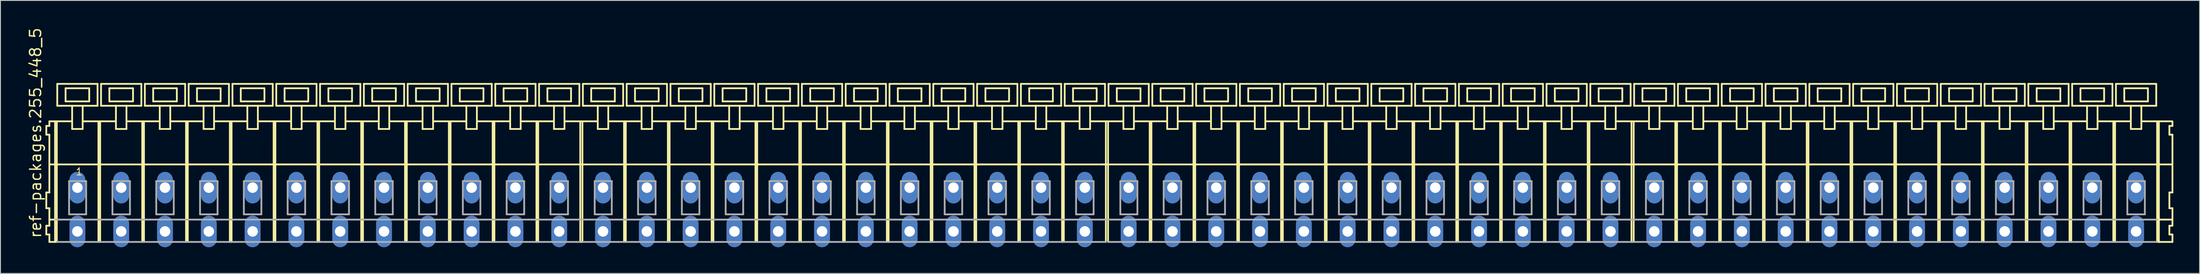
<source format=kicad_pcb>
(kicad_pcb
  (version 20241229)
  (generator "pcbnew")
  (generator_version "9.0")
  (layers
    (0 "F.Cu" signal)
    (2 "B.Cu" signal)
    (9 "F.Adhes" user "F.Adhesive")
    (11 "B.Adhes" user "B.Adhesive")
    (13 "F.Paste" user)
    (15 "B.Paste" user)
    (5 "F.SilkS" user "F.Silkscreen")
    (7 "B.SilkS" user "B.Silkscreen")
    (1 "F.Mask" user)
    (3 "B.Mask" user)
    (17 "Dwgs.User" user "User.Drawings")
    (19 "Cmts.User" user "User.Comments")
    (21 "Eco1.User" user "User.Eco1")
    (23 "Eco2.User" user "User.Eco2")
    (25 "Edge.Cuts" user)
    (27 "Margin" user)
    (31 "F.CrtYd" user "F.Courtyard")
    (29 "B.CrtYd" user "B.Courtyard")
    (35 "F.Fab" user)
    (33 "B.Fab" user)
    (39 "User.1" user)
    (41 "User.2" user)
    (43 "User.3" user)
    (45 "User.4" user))
  (footprint "ref-packages.255_448_5"
    (layer "F.Cu")
    (at 123.285 18.38)
    (property "Reference" "ref-packages.255_448_5" (at -121.535 5.855 90) (layer "F.SilkS") (effects (font (size 1.27 1.27) (thickness 0.16)) (justify left bottom)))
    (attr through_hole)
    (fp_line (start -121.05 -7.05) (end -121.05 -6.05) (stroke (width 0.203) (type default)) (layer "F.SilkS"))
    (fp_line (start -121.05 -6.05) (end -120.7 -6.05) (stroke (width 0.203) (type default)) (layer "F.SilkS"))
    (fp_line (start -121.05 0.55) (end -121.05 2.35) (stroke (width 0.203) (type default)) (layer "F.SilkS"))
    (fp_line (start -121.05 2.35) (end -120.7 2.35) (stroke (width 0.203) (type default)) (layer "F.SilkS"))
    (fp_line (start -121.05 4.35) (end -121.05 5.35) (stroke (width 0.203) (type default)) (layer "F.SilkS"))
    (fp_line (start -121.05 5.35) (end -120.7 5.35) (stroke (width 0.203) (type default)) (layer "F.SilkS"))
    (fp_line (start -120.7 -7.575) (end -120.7 -7.05) (stroke (width 0.203) (type default)) (layer "F.SilkS"))
    (fp_line (start -120.7 -7.575) (end -118.125 -7.575) (stroke (width 0.203) (type default)) (layer "F.SilkS"))
    (fp_line (start -120.7 -7.05) (end -121.05 -7.05) (stroke (width 0.203) (type default)) (layer "F.SilkS"))
    (fp_line (start -120.7 -6.05) (end -120.7 0.55) (stroke (width 0.203) (type default)) (layer "F.SilkS"))
    (fp_line (start -120.7 0.55) (end -121.05 0.55) (stroke (width 0.203) (type default)) (layer "F.SilkS"))
    (fp_line (start -120.7 2.35) (end -120.7 4.35) (stroke (width 0.203) (type default)) (layer "F.SilkS"))
    (fp_line (start -120.7 3.65) (end -120 3.65) (stroke (width 0.203) (type default)) (layer "F.SilkS"))
    (fp_line (start -120.7 4.35) (end -121.05 4.35) (stroke (width 0.203) (type default)) (layer "F.SilkS"))
    (fp_line (start -120.7 5.35) (end -120.7 6.2) (stroke (width 0.203) (type default)) (layer "F.SilkS"))
    (fp_line (start -120.7 6.2) (end -120.05 6.2) (stroke (width 0.203) (type default)) (layer "F.SilkS"))
    (fp_line (start -120.65 -2.65) (end -115.1 -2.65) (stroke (width 0.203) (type default)) (layer "F.SilkS"))
    (fp_line (start -120.05 -7.55) (end -120.05 6.2) (stroke (width 0.203) (type default)) (layer "F.SilkS"))
    (fp_line (start -120.05 6.2) (end -119.85 6.2) (stroke (width 0.203) (type default)) (layer "F.SilkS"))
    (fp_line (start -119.85 -7.55) (end -119.85 6.2) (stroke (width 0.203) (type default)) (layer "F.SilkS"))
    (fp_line (start -119.8 -11.85) (end -119.8 -9.35) (stroke (width 0.203) (type default)) (layer "F.SilkS"))
    (fp_line (start -119.8 -9.35) (end -118.1 -9.35) (stroke (width 0.203) (type default)) (layer "F.SilkS"))
    (fp_line (start -118.85 -11.35) (end -118.85 -9.85) (stroke (width 0.203) (type default)) (layer "F.SilkS"))
    (fp_line (start -118.85 -9.85) (end -116.15 -9.85) (stroke (width 0.203) (type default)) (layer "F.SilkS"))
    (fp_line (start -118.1 -9.35) (end -118.1 -6.7) (stroke (width 0.203) (type default)) (layer "F.SilkS"))
    (fp_line (start -118.1 -9.35) (end -116.9 -9.35) (stroke (width 0.203) (type default)) (layer "F.SilkS"))
    (fp_line (start -118.1 -6.7) (end -116.9 -6.7) (stroke (width 0.203) (type default)) (layer "F.SilkS"))
    (fp_line (start -116.9 -9.35) (end -115.2 -9.35) (stroke (width 0.203) (type default)) (layer "F.SilkS"))
    (fp_line (start -116.9 -6.7) (end -116.9 -9.35) (stroke (width 0.203) (type default)) (layer "F.SilkS"))
    (fp_line (start -116.825 -7.575) (end -113.125 -7.575) (stroke (width 0.203) (type default)) (layer "F.SilkS"))
    (fp_line (start -116.15 -11.35) (end -118.85 -11.35) (stroke (width 0.203) (type default)) (layer "F.SilkS"))
    (fp_line (start -116.15 -9.85) (end -116.15 -11.35) (stroke (width 0.203) (type default)) (layer "F.SilkS"))
    (fp_line (start -115.2 -11.85) (end -119.8 -11.85) (stroke (width 0.203) (type default)) (layer "F.SilkS"))
    (fp_line (start -115.2 -9.35) (end -115.2 -11.85) (stroke (width 0.203) (type default)) (layer "F.SilkS"))
    (fp_line (start -115.1 -7.55) (end -115.1 -2.65) (stroke (width 0.203) (type default)) (layer "F.SilkS"))
    (fp_line (start -115.1 -2.65) (end -115.1 6.2) (stroke (width 0.203) (type default)) (layer "F.SilkS"))
    (fp_line (start -114.9 -7.55) (end -114.9 -2.65) (stroke (width 0.203) (type default)) (layer "F.SilkS"))
    (fp_line (start -114.9 -2.65) (end -114.9 6.2) (stroke (width 0.203) (type default)) (layer "F.SilkS"))
    (fp_line (start -114.9 -2.65) (end -110.1 -2.65) (stroke (width 0.203) (type default)) (layer "F.SilkS"))
    (fp_line (start -114.8 -11.85) (end -114.8 -9.35) (stroke (width 0.203) (type default)) (layer "F.SilkS"))
    (fp_line (start -114.8 -9.35) (end -113.1 -9.35) (stroke (width 0.203) (type default)) (layer "F.SilkS"))
    (fp_line (start -113.85 -11.35) (end -113.85 -9.85) (stroke (width 0.203) (type default)) (layer "F.SilkS"))
    (fp_line (start -113.85 -9.85) (end -111.15 -9.85) (stroke (width 0.203) (type default)) (layer "F.SilkS"))
    (fp_line (start -113.1 -9.35) (end -113.1 -6.7) (stroke (width 0.203) (type default)) (layer "F.SilkS"))
    (fp_line (start -113.1 -9.35) (end -111.9 -9.35) (stroke (width 0.203) (type default)) (layer "F.SilkS"))
    (fp_line (start -113.1 -6.7) (end -111.9 -6.7) (stroke (width 0.203) (type default)) (layer "F.SilkS"))
    (fp_line (start -111.9 -9.35) (end -110.2 -9.35) (stroke (width 0.203) (type default)) (layer "F.SilkS"))
    (fp_line (start -111.9 -6.7) (end -111.9 -9.35) (stroke (width 0.203) (type default)) (layer "F.SilkS"))
    (fp_line (start -111.875 -7.575) (end -108.125 -7.575) (stroke (width 0.203) (type default)) (layer "F.SilkS"))
    (fp_line (start -111.15 -11.35) (end -113.85 -11.35) (stroke (width 0.203) (type default)) (layer "F.SilkS"))
    (fp_line (start -111.15 -9.85) (end -111.15 -11.35) (stroke (width 0.203) (type default)) (layer "F.SilkS"))
    (fp_line (start -110.2 -11.85) (end -114.8 -11.85) (stroke (width 0.203) (type default)) (layer "F.SilkS"))
    (fp_line (start -110.2 -9.35) (end -110.2 -11.85) (stroke (width 0.203) (type default)) (layer "F.SilkS"))
    (fp_line (start -110.1 -7.55) (end -110.1 -2.65) (stroke (width 0.203) (type default)) (layer "F.SilkS"))
    (fp_line (start -110.1 -2.65) (end -110.1 6.2) (stroke (width 0.203) (type default)) (layer "F.SilkS"))
    (fp_line (start -110.1 -2.65) (end -109.9 -2.65) (stroke (width 0.203) (type default)) (layer "F.SilkS"))
    (fp_line (start -109.9 -7.55) (end -109.9 -2.65) (stroke (width 0.203) (type default)) (layer "F.SilkS"))
    (fp_line (start -109.9 -2.65) (end -109.9 6.2) (stroke (width 0.203) (type default)) (layer "F.SilkS"))
    (fp_line (start -109.9 -2.65) (end -105.1 -2.65) (stroke (width 0.203) (type default)) (layer "F.SilkS"))
    (fp_line (start -109.8 -11.85) (end -109.8 -9.35) (stroke (width 0.203) (type default)) (layer "F.SilkS"))
    (fp_line (start -109.8 -9.35) (end -108.1 -9.35) (stroke (width 0.203) (type default)) (layer "F.SilkS"))
    (fp_line (start -108.85 -11.35) (end -108.85 -9.85) (stroke (width 0.203) (type default)) (layer "F.SilkS"))
    (fp_line (start -108.85 -9.85) (end -106.15 -9.85) (stroke (width 0.203) (type default)) (layer "F.SilkS"))
    (fp_line (start -108.1 -9.35) (end -108.1 -6.7) (stroke (width 0.203) (type default)) (layer "F.SilkS"))
    (fp_line (start -108.1 -9.35) (end -106.9 -9.35) (stroke (width 0.203) (type default)) (layer "F.SilkS"))
    (fp_line (start -108.1 -6.7) (end -106.9 -6.7) (stroke (width 0.203) (type default)) (layer "F.SilkS"))
    (fp_line (start -106.9 -9.35) (end -105.2 -9.35) (stroke (width 0.203) (type default)) (layer "F.SilkS"))
    (fp_line (start -106.9 -6.7) (end -106.9 -9.35) (stroke (width 0.203) (type default)) (layer "F.SilkS"))
    (fp_line (start -106.875 -7.575) (end -103.125 -7.575) (stroke (width 0.203) (type default)) (layer "F.SilkS"))
    (fp_line (start -106.15 -11.35) (end -108.85 -11.35) (stroke (width 0.203) (type default)) (layer "F.SilkS"))
    (fp_line (start -106.15 -9.85) (end -106.15 -11.35) (stroke (width 0.203) (type default)) (layer "F.SilkS"))
    (fp_line (start -105.2 -11.85) (end -109.8 -11.85) (stroke (width 0.203) (type default)) (layer "F.SilkS"))
    (fp_line (start -105.2 -9.35) (end -105.2 -11.85) (stroke (width 0.203) (type default)) (layer "F.SilkS"))
    (fp_line (start -105.1 -7.55) (end -105.1 -2.65) (stroke (width 0.203) (type default)) (layer "F.SilkS"))
    (fp_line (start -105.1 -2.65) (end -105.1 6.2) (stroke (width 0.203) (type default)) (layer "F.SilkS"))
    (fp_line (start -105.1 -2.65) (end -104.9 -2.65) (stroke (width 0.203) (type default)) (layer "F.SilkS"))
    (fp_line (start -105.1 -2.65) (end -60.1 -2.65) (stroke (width 0.203) (type default)) (layer "F.SilkS"))
    (fp_line (start -104.9 -7.55) (end -104.9 -2.65) (stroke (width 0.203) (type default)) (layer "F.SilkS"))
    (fp_line (start -104.9 -2.65) (end -104.9 6.2) (stroke (width 0.203) (type default)) (layer "F.SilkS"))
    (fp_line (start -104.9 -2.65) (end -100.1 -2.65) (stroke (width 0.203) (type default)) (layer "F.SilkS"))
    (fp_line (start -104.8 -11.85) (end -104.8 -9.35) (stroke (width 0.203) (type default)) (layer "F.SilkS"))
    (fp_line (start -104.8 -9.35) (end -103.1 -9.35) (stroke (width 0.203) (type default)) (layer "F.SilkS"))
    (fp_line (start -103.85 -11.35) (end -103.85 -9.85) (stroke (width 0.203) (type default)) (layer "F.SilkS"))
    (fp_line (start -103.85 -9.85) (end -101.15 -9.85) (stroke (width 0.203) (type default)) (layer "F.SilkS"))
    (fp_line (start -103.1 -9.35) (end -103.1 -6.7) (stroke (width 0.203) (type default)) (layer "F.SilkS"))
    (fp_line (start -103.1 -9.35) (end -101.9 -9.35) (stroke (width 0.203) (type default)) (layer "F.SilkS"))
    (fp_line (start -103.1 -6.7) (end -101.9 -6.7) (stroke (width 0.203) (type default)) (layer "F.SilkS"))
    (fp_line (start -101.9 -9.35) (end -100.2 -9.35) (stroke (width 0.203) (type default)) (layer "F.SilkS"))
    (fp_line (start -101.9 -6.7) (end -101.9 -9.35) (stroke (width 0.203) (type default)) (layer "F.SilkS"))
    (fp_line (start -101.875 -7.575) (end -98.125 -7.575) (stroke (width 0.203) (type default)) (layer "F.SilkS"))
    (fp_line (start -101.15 -11.35) (end -103.85 -11.35) (stroke (width 0.203) (type default)) (layer "F.SilkS"))
    (fp_line (start -101.15 -9.85) (end -101.15 -11.35) (stroke (width 0.203) (type default)) (layer "F.SilkS"))
    (fp_line (start -100.2 -11.85) (end -104.8 -11.85) (stroke (width 0.203) (type default)) (layer "F.SilkS"))
    (fp_line (start -100.2 -9.35) (end -100.2 -11.85) (stroke (width 0.203) (type default)) (layer "F.SilkS"))
    (fp_line (start -100.1 -7.55) (end -100.1 -2.65) (stroke (width 0.203) (type default)) (layer "F.SilkS"))
    (fp_line (start -100.1 -2.65) (end -100.1 6.2) (stroke (width 0.203) (type default)) (layer "F.SilkS"))
    (fp_line (start -100.1 -2.65) (end -99.9 -2.65) (stroke (width 0.203) (type default)) (layer "F.SilkS"))
    (fp_line (start -99.9 -7.55) (end -99.9 -2.65) (stroke (width 0.203) (type default)) (layer "F.SilkS"))
    (fp_line (start -99.9 -2.65) (end -99.9 6.2) (stroke (width 0.203) (type default)) (layer "F.SilkS"))
    (fp_line (start -99.9 -2.65) (end -95.1 -2.65) (stroke (width 0.203) (type default)) (layer "F.SilkS"))
    (fp_line (start -99.8 -11.85) (end -99.8 -9.35) (stroke (width 0.203) (type default)) (layer "F.SilkS"))
    (fp_line (start -99.8 -9.35) (end -98.1 -9.35) (stroke (width 0.203) (type default)) (layer "F.SilkS"))
    (fp_line (start -98.85 -11.35) (end -98.85 -9.85) (stroke (width 0.203) (type default)) (layer "F.SilkS"))
    (fp_line (start -98.85 -9.85) (end -96.15 -9.85) (stroke (width 0.203) (type default)) (layer "F.SilkS"))
    (fp_line (start -98.1 -9.35) (end -98.1 -6.7) (stroke (width 0.203) (type default)) (layer "F.SilkS"))
    (fp_line (start -98.1 -9.35) (end -96.9 -9.35) (stroke (width 0.203) (type default)) (layer "F.SilkS"))
    (fp_line (start -98.1 -6.7) (end -96.9 -6.7) (stroke (width 0.203) (type default)) (layer "F.SilkS"))
    (fp_line (start -96.9 -9.35) (end -95.2 -9.35) (stroke (width 0.203) (type default)) (layer "F.SilkS"))
    (fp_line (start -96.9 -6.7) (end -96.9 -9.35) (stroke (width 0.203) (type default)) (layer "F.SilkS"))
    (fp_line (start -96.875 -7.575) (end -93.125 -7.575) (stroke (width 0.203) (type default)) (layer "F.SilkS"))
    (fp_line (start -96.15 -11.35) (end -98.85 -11.35) (stroke (width 0.203) (type default)) (layer "F.SilkS"))
    (fp_line (start -96.15 -9.85) (end -96.15 -11.35) (stroke (width 0.203) (type default)) (layer "F.SilkS"))
    (fp_line (start -95.2 -11.85) (end -99.8 -11.85) (stroke (width 0.203) (type default)) (layer "F.SilkS"))
    (fp_line (start -95.2 -9.35) (end -95.2 -11.85) (stroke (width 0.203) (type default)) (layer "F.SilkS"))
    (fp_line (start -95.1 -7.55) (end -95.1 -2.65) (stroke (width 0.203) (type default)) (layer "F.SilkS"))
    (fp_line (start -95.1 -2.65) (end -95.1 6.2) (stroke (width 0.203) (type default)) (layer "F.SilkS"))
    (fp_line (start -95.1 -2.65) (end -94.9 -2.65) (stroke (width 0.203) (type default)) (layer "F.SilkS"))
    (fp_line (start -94.9 -7.55) (end -94.9 -2.65) (stroke (width 0.203) (type default)) (layer "F.SilkS"))
    (fp_line (start -94.9 -2.65) (end -94.9 6.2) (stroke (width 0.203) (type default)) (layer "F.SilkS"))
    (fp_line (start -94.9 -2.65) (end -90.1 -2.65) (stroke (width 0.203) (type default)) (layer "F.SilkS"))
    (fp_line (start -94.8 -11.85) (end -94.8 -9.35) (stroke (width 0.203) (type default)) (layer "F.SilkS"))
    (fp_line (start -94.8 -9.35) (end -93.1 -9.35) (stroke (width 0.203) (type default)) (layer "F.SilkS"))
    (fp_line (start -93.85 -11.35) (end -93.85 -9.85) (stroke (width 0.203) (type default)) (layer "F.SilkS"))
    (fp_line (start -93.85 -9.85) (end -91.15 -9.85) (stroke (width 0.203) (type default)) (layer "F.SilkS"))
    (fp_line (start -93.1 -9.35) (end -93.1 -6.7) (stroke (width 0.203) (type default)) (layer "F.SilkS"))
    (fp_line (start -93.1 -9.35) (end -91.9 -9.35) (stroke (width 0.203) (type default)) (layer "F.SilkS"))
    (fp_line (start -93.1 -6.7) (end -91.9 -6.7) (stroke (width 0.203) (type default)) (layer "F.SilkS"))
    (fp_line (start -91.9 -9.35) (end -90.2 -9.35) (stroke (width 0.203) (type default)) (layer "F.SilkS"))
    (fp_line (start -91.9 -6.7) (end -91.9 -9.35) (stroke (width 0.203) (type default)) (layer "F.SilkS"))
    (fp_line (start -91.875 -7.575) (end -88.125 -7.575) (stroke (width 0.203) (type default)) (layer "F.SilkS"))
    (fp_line (start -91.15 -11.35) (end -93.85 -11.35) (stroke (width 0.203) (type default)) (layer "F.SilkS"))
    (fp_line (start -91.15 -9.85) (end -91.15 -11.35) (stroke (width 0.203) (type default)) (layer "F.SilkS"))
    (fp_line (start -90.2 -11.85) (end -94.8 -11.85) (stroke (width 0.203) (type default)) (layer "F.SilkS"))
    (fp_line (start -90.2 -9.35) (end -90.2 -11.85) (stroke (width 0.203) (type default)) (layer "F.SilkS"))
    (fp_line (start -90.1 -7.55) (end -90.1 -2.65) (stroke (width 0.203) (type default)) (layer "F.SilkS"))
    (fp_line (start -90.1 -2.65) (end -90.1 6.2) (stroke (width 0.203) (type default)) (layer "F.SilkS"))
    (fp_line (start -90.1 -2.65) (end -89.9 -2.65) (stroke (width 0.203) (type default)) (layer "F.SilkS"))
    (fp_line (start -89.9 -7.55) (end -89.9 -2.65) (stroke (width 0.203) (type default)) (layer "F.SilkS"))
    (fp_line (start -89.9 -2.65) (end -89.9 6.2) (stroke (width 0.203) (type default)) (layer "F.SilkS"))
    (fp_line (start -89.9 -2.65) (end -85.1 -2.65) (stroke (width 0.203) (type default)) (layer "F.SilkS"))
    (fp_line (start -89.8 -11.85) (end -89.8 -9.35) (stroke (width 0.203) (type default)) (layer "F.SilkS"))
    (fp_line (start -89.8 -9.35) (end -88.1 -9.35) (stroke (width 0.203) (type default)) (layer "F.SilkS"))
    (fp_line (start -88.85 -11.35) (end -88.85 -9.85) (stroke (width 0.203) (type default)) (layer "F.SilkS"))
    (fp_line (start -88.85 -9.85) (end -86.15 -9.85) (stroke (width 0.203) (type default)) (layer "F.SilkS"))
    (fp_line (start -88.1 -9.35) (end -88.1 -6.7) (stroke (width 0.203) (type default)) (layer "F.SilkS"))
    (fp_line (start -88.1 -9.35) (end -86.9 -9.35) (stroke (width 0.203) (type default)) (layer "F.SilkS"))
    (fp_line (start -88.1 -6.7) (end -86.9 -6.7) (stroke (width 0.203) (type default)) (layer "F.SilkS"))
    (fp_line (start -86.9 -9.35) (end -85.2 -9.35) (stroke (width 0.203) (type default)) (layer "F.SilkS"))
    (fp_line (start -86.9 -6.7) (end -86.9 -9.35) (stroke (width 0.203) (type default)) (layer "F.SilkS"))
    (fp_line (start -86.875 -7.575) (end -83.125 -7.575) (stroke (width 0.203) (type default)) (layer "F.SilkS"))
    (fp_line (start -86.15 -11.35) (end -88.85 -11.35) (stroke (width 0.203) (type default)) (layer "F.SilkS"))
    (fp_line (start -86.15 -9.85) (end -86.15 -11.35) (stroke (width 0.203) (type default)) (layer "F.SilkS"))
    (fp_line (start -85.2 -11.85) (end -89.8 -11.85) (stroke (width 0.203) (type default)) (layer "F.SilkS"))
    (fp_line (start -85.2 -9.35) (end -85.2 -11.85) (stroke (width 0.203) (type default)) (layer "F.SilkS"))
    (fp_line (start -85.1 -7.55) (end -85.1 -2.65) (stroke (width 0.203) (type default)) (layer "F.SilkS"))
    (fp_line (start -85.1 -2.65) (end -85.1 6.2) (stroke (width 0.203) (type default)) (layer "F.SilkS"))
    (fp_line (start -85.1 -2.65) (end -84.9 -2.65) (stroke (width 0.203) (type default)) (layer "F.SilkS"))
    (fp_line (start -84.9 -7.55) (end -84.9 -2.65) (stroke (width 0.203) (type default)) (layer "F.SilkS"))
    (fp_line (start -84.9 -2.65) (end -84.9 6.2) (stroke (width 0.203) (type default)) (layer "F.SilkS"))
    (fp_line (start -84.9 -2.65) (end -80.1 -2.65) (stroke (width 0.203) (type default)) (layer "F.SilkS"))
    (fp_line (start -84.8 -11.85) (end -84.8 -9.35) (stroke (width 0.203) (type default)) (layer "F.SilkS"))
    (fp_line (start -84.8 -9.35) (end -83.1 -9.35) (stroke (width 0.203) (type default)) (layer "F.SilkS"))
    (fp_line (start -83.85 -11.35) (end -83.85 -9.85) (stroke (width 0.203) (type default)) (layer "F.SilkS"))
    (fp_line (start -83.85 -9.85) (end -81.15 -9.85) (stroke (width 0.203) (type default)) (layer "F.SilkS"))
    (fp_line (start -83.1 -9.35) (end -83.1 -6.7) (stroke (width 0.203) (type default)) (layer "F.SilkS"))
    (fp_line (start -83.1 -9.35) (end -81.9 -9.35) (stroke (width 0.203) (type default)) (layer "F.SilkS"))
    (fp_line (start -83.1 -6.7) (end -81.9 -6.7) (stroke (width 0.203) (type default)) (layer "F.SilkS"))
    (fp_line (start -81.9 -9.35) (end -80.2 -9.35) (stroke (width 0.203) (type default)) (layer "F.SilkS"))
    (fp_line (start -81.9 -6.7) (end -81.9 -9.35) (stroke (width 0.203) (type default)) (layer "F.SilkS"))
    (fp_line (start -81.875 -7.575) (end -78.125 -7.575) (stroke (width 0.203) (type default)) (layer "F.SilkS"))
    (fp_line (start -81.15 -11.35) (end -83.85 -11.35) (stroke (width 0.203) (type default)) (layer "F.SilkS"))
    (fp_line (start -81.15 -9.85) (end -81.15 -11.35) (stroke (width 0.203) (type default)) (layer "F.SilkS"))
    (fp_line (start -80.2 -11.85) (end -84.8 -11.85) (stroke (width 0.203) (type default)) (layer "F.SilkS"))
    (fp_line (start -80.2 -9.35) (end -80.2 -11.85) (stroke (width 0.203) (type default)) (layer "F.SilkS"))
    (fp_line (start -80.1 -7.55) (end -80.1 -2.65) (stroke (width 0.203) (type default)) (layer "F.SilkS"))
    (fp_line (start -80.1 -2.65) (end -80.1 6.2) (stroke (width 0.203) (type default)) (layer "F.SilkS"))
    (fp_line (start -80.1 -2.65) (end -79.9 -2.65) (stroke (width 0.203) (type default)) (layer "F.SilkS"))
    (fp_line (start -79.9 -7.55) (end -79.9 -2.65) (stroke (width 0.203) (type default)) (layer "F.SilkS"))
    (fp_line (start -79.9 -2.65) (end -79.9 6.2) (stroke (width 0.203) (type default)) (layer "F.SilkS"))
    (fp_line (start -79.9 -2.65) (end -75.1 -2.65) (stroke (width 0.203) (type default)) (layer "F.SilkS"))
    (fp_line (start -79.8 -11.85) (end -79.8 -9.35) (stroke (width 0.203) (type default)) (layer "F.SilkS"))
    (fp_line (start -79.8 -9.35) (end -78.1 -9.35) (stroke (width 0.203) (type default)) (layer "F.SilkS"))
    (fp_line (start -78.85 -11.35) (end -78.85 -9.85) (stroke (width 0.203) (type default)) (layer "F.SilkS"))
    (fp_line (start -78.85 -9.85) (end -76.15 -9.85) (stroke (width 0.203) (type default)) (layer "F.SilkS"))
    (fp_line (start -78.1 -9.35) (end -78.1 -6.7) (stroke (width 0.203) (type default)) (layer "F.SilkS"))
    (fp_line (start -78.1 -9.35) (end -76.9 -9.35) (stroke (width 0.203) (type default)) (layer "F.SilkS"))
    (fp_line (start -78.1 -6.7) (end -76.9 -6.7) (stroke (width 0.203) (type default)) (layer "F.SilkS"))
    (fp_line (start -76.9 -9.35) (end -75.2 -9.35) (stroke (width 0.203) (type default)) (layer "F.SilkS"))
    (fp_line (start -76.9 -6.7) (end -76.9 -9.35) (stroke (width 0.203) (type default)) (layer "F.SilkS"))
    (fp_line (start -76.875 -7.575) (end -73.125 -7.575) (stroke (width 0.203) (type default)) (layer "F.SilkS"))
    (fp_line (start -76.15 -11.35) (end -78.85 -11.35) (stroke (width 0.203) (type default)) (layer "F.SilkS"))
    (fp_line (start -76.15 -9.85) (end -76.15 -11.35) (stroke (width 0.203) (type default)) (layer "F.SilkS"))
    (fp_line (start -75.2 -11.85) (end -79.8 -11.85) (stroke (width 0.203) (type default)) (layer "F.SilkS"))
    (fp_line (start -75.2 -9.35) (end -75.2 -11.85) (stroke (width 0.203) (type default)) (layer "F.SilkS"))
    (fp_line (start -75.1 -7.55) (end -75.1 -2.65) (stroke (width 0.203) (type default)) (layer "F.SilkS"))
    (fp_line (start -75.1 -2.65) (end -75.1 6.2) (stroke (width 0.203) (type default)) (layer "F.SilkS"))
    (fp_line (start -75.1 -2.65) (end -74.9 -2.65) (stroke (width 0.203) (type default)) (layer "F.SilkS"))
    (fp_line (start -74.9 -7.55) (end -74.9 -2.65) (stroke (width 0.203) (type default)) (layer "F.SilkS"))
    (fp_line (start -74.9 -2.65) (end -74.9 6.2) (stroke (width 0.203) (type default)) (layer "F.SilkS"))
    (fp_line (start -74.9 -2.65) (end -70.1 -2.65) (stroke (width 0.203) (type default)) (layer "F.SilkS"))
    (fp_line (start -74.8 -11.85) (end -74.8 -9.35) (stroke (width 0.203) (type default)) (layer "F.SilkS"))
    (fp_line (start -74.8 -9.35) (end -73.1 -9.35) (stroke (width 0.203) (type default)) (layer "F.SilkS"))
    (fp_line (start -73.85 -11.35) (end -73.85 -9.85) (stroke (width 0.203) (type default)) (layer "F.SilkS"))
    (fp_line (start -73.85 -9.85) (end -71.15 -9.85) (stroke (width 0.203) (type default)) (layer "F.SilkS"))
    (fp_line (start -73.1 -9.35) (end -73.1 -6.7) (stroke (width 0.203) (type default)) (layer "F.SilkS"))
    (fp_line (start -73.1 -9.35) (end -71.9 -9.35) (stroke (width 0.203) (type default)) (layer "F.SilkS"))
    (fp_line (start -73.1 -6.7) (end -71.9 -6.7) (stroke (width 0.203) (type default)) (layer "F.SilkS"))
    (fp_line (start -71.9 -9.35) (end -70.2 -9.35) (stroke (width 0.203) (type default)) (layer "F.SilkS"))
    (fp_line (start -71.9 -6.7) (end -71.9 -9.35) (stroke (width 0.203) (type default)) (layer "F.SilkS"))
    (fp_line (start -71.875 -7.575) (end -68.125 -7.575) (stroke (width 0.203) (type default)) (layer "F.SilkS"))
    (fp_line (start -71.15 -11.35) (end -73.85 -11.35) (stroke (width 0.203) (type default)) (layer "F.SilkS"))
    (fp_line (start -71.15 -9.85) (end -71.15 -11.35) (stroke (width 0.203) (type default)) (layer "F.SilkS"))
    (fp_line (start -70.2 -11.85) (end -74.8 -11.85) (stroke (width 0.203) (type default)) (layer "F.SilkS"))
    (fp_line (start -70.2 -9.35) (end -70.2 -11.85) (stroke (width 0.203) (type default)) (layer "F.SilkS"))
    (fp_line (start -70.1 -7.55) (end -70.1 -2.65) (stroke (width 0.203) (type default)) (layer "F.SilkS"))
    (fp_line (start -70.1 -2.65) (end -70.1 6.2) (stroke (width 0.203) (type default)) (layer "F.SilkS"))
    (fp_line (start -70.1 -2.65) (end -69.9 -2.65) (stroke (width 0.203) (type default)) (layer "F.SilkS"))
    (fp_line (start -69.9 -7.55) (end -69.9 -2.65) (stroke (width 0.203) (type default)) (layer "F.SilkS"))
    (fp_line (start -69.9 -2.65) (end -69.9 6.2) (stroke (width 0.203) (type default)) (layer "F.SilkS"))
    (fp_line (start -69.9 -2.65) (end -65.1 -2.65) (stroke (width 0.203) (type default)) (layer "F.SilkS"))
    (fp_line (start -69.8 -11.85) (end -69.8 -9.35) (stroke (width 0.203) (type default)) (layer "F.SilkS"))
    (fp_line (start -69.8 -9.35) (end -68.1 -9.35) (stroke (width 0.203) (type default)) (layer "F.SilkS"))
    (fp_line (start -68.85 -11.35) (end -68.85 -9.85) (stroke (width 0.203) (type default)) (layer "F.SilkS"))
    (fp_line (start -68.85 -9.85) (end -66.15 -9.85) (stroke (width 0.203) (type default)) (layer "F.SilkS"))
    (fp_line (start -68.1 -9.35) (end -68.1 -6.7) (stroke (width 0.203) (type default)) (layer "F.SilkS"))
    (fp_line (start -68.1 -9.35) (end -66.9 -9.35) (stroke (width 0.203) (type default)) (layer "F.SilkS"))
    (fp_line (start -68.1 -6.7) (end -66.9 -6.7) (stroke (width 0.203) (type default)) (layer "F.SilkS"))
    (fp_line (start -66.9 -9.35) (end -65.2 -9.35) (stroke (width 0.203) (type default)) (layer "F.SilkS"))
    (fp_line (start -66.9 -6.7) (end -66.9 -9.35) (stroke (width 0.203) (type default)) (layer "F.SilkS"))
    (fp_line (start -66.875 -7.575) (end -63.125 -7.575) (stroke (width 0.203) (type default)) (layer "F.SilkS"))
    (fp_line (start -66.15 -11.35) (end -68.85 -11.35) (stroke (width 0.203) (type default)) (layer "F.SilkS"))
    (fp_line (start -66.15 -9.85) (end -66.15 -11.35) (stroke (width 0.203) (type default)) (layer "F.SilkS"))
    (fp_line (start -65.2 -11.85) (end -69.8 -11.85) (stroke (width 0.203) (type default)) (layer "F.SilkS"))
    (fp_line (start -65.2 -9.35) (end -65.2 -11.85) (stroke (width 0.203) (type default)) (layer "F.SilkS"))
    (fp_line (start -65.1 -7.55) (end -65.1 -2.65) (stroke (width 0.203) (type default)) (layer "F.SilkS"))
    (fp_line (start -65.1 -2.65) (end -65.1 6.2) (stroke (width 0.203) (type default)) (layer "F.SilkS"))
    (fp_line (start -65.1 -2.65) (end -64.9 -2.65) (stroke (width 0.203) (type default)) (layer "F.SilkS"))
    (fp_line (start -64.9 -7.55) (end -64.9 -2.65) (stroke (width 0.203) (type default)) (layer "F.SilkS"))
    (fp_line (start -64.9 -2.65) (end -64.9 6.2) (stroke (width 0.203) (type default)) (layer "F.SilkS"))
    (fp_line (start -64.8 -11.85) (end -64.8 -9.35) (stroke (width 0.203) (type default)) (layer "F.SilkS"))
    (fp_line (start -64.8 -9.35) (end -63.1 -9.35) (stroke (width 0.203) (type default)) (layer "F.SilkS"))
    (fp_line (start -63.85 -11.35) (end -63.85 -9.85) (stroke (width 0.203) (type default)) (layer "F.SilkS"))
    (fp_line (start -63.85 -9.85) (end -61.15 -9.85) (stroke (width 0.203) (type default)) (layer "F.SilkS"))
    (fp_line (start -63.1 -9.35) (end -63.1 -6.7) (stroke (width 0.203) (type default)) (layer "F.SilkS"))
    (fp_line (start -63.1 -9.35) (end -61.9 -9.35) (stroke (width 0.203) (type default)) (layer "F.SilkS"))
    (fp_line (start -63.1 -6.7) (end -61.9 -6.7) (stroke (width 0.203) (type default)) (layer "F.SilkS"))
    (fp_line (start -61.9 -9.35) (end -60.2 -9.35) (stroke (width 0.203) (type default)) (layer "F.SilkS"))
    (fp_line (start -61.9 -6.7) (end -61.9 -9.35) (stroke (width 0.203) (type default)) (layer "F.SilkS"))
    (fp_line (start -61.875 -7.575) (end -58.175 -7.575) (stroke (width 0.203) (type default)) (layer "F.SilkS"))
    (fp_line (start -61.15 -11.35) (end -63.85 -11.35) (stroke (width 0.203) (type default)) (layer "F.SilkS"))
    (fp_line (start -61.15 -9.85) (end -61.15 -11.35) (stroke (width 0.203) (type default)) (layer "F.SilkS"))
    (fp_line (start -60.2 -11.85) (end -64.8 -11.85) (stroke (width 0.203) (type default)) (layer "F.SilkS"))
    (fp_line (start -60.2 -9.35) (end -60.2 -11.85) (stroke (width 0.203) (type default)) (layer "F.SilkS"))
    (fp_line (start -60.1 -7.55) (end -60.1 -2.65) (stroke (width 0.203) (type default)) (layer "F.SilkS"))
    (fp_line (start -60.1 -2.65) (end -60.1 6.2) (stroke (width 0.203) (type default)) (layer "F.SilkS"))
    (fp_line (start -60.1 -2.65) (end -59.9 -2.65) (stroke (width 0.203) (type default)) (layer "F.SilkS"))
    (fp_line (start -60.1 6.2) (end -59.9 6.2) (stroke (width 0.203) (type default)) (layer "F.SilkS"))
    (fp_line (start -59.85 -7.55) (end -59.85 -2.65) (stroke (width 0.203) (type default)) (layer "F.SilkS"))
    (fp_line (start -59.85 -2.65) (end -59.85 6.2) (stroke (width 0.203) (type default)) (layer "F.SilkS"))
    (fp_line (start -59.85 -2.65) (end -55.1 -2.65) (stroke (width 0.203) (type default)) (layer "F.SilkS"))
    (fp_line (start -59.8 -11.85) (end -59.8 -9.35) (stroke (width 0.203) (type default)) (layer "F.SilkS"))
    (fp_line (start -59.8 -9.35) (end -58.1 -9.35) (stroke (width 0.203) (type default)) (layer "F.SilkS"))
    (fp_line (start -58.85 -11.35) (end -58.85 -9.85) (stroke (width 0.203) (type default)) (layer "F.SilkS"))
    (fp_line (start -58.85 -9.85) (end -56.15 -9.85) (stroke (width 0.203) (type default)) (layer "F.SilkS"))
    (fp_line (start -58.1 -9.35) (end -58.1 -6.7) (stroke (width 0.203) (type default)) (layer "F.SilkS"))
    (fp_line (start -58.1 -9.35) (end -56.9 -9.35) (stroke (width 0.203) (type default)) (layer "F.SilkS"))
    (fp_line (start -58.1 -6.7) (end -56.9 -6.7) (stroke (width 0.203) (type default)) (layer "F.SilkS"))
    (fp_line (start -56.9 -9.35) (end -55.2 -9.35) (stroke (width 0.203) (type default)) (layer "F.SilkS"))
    (fp_line (start -56.9 -6.7) (end -56.9 -9.35) (stroke (width 0.203) (type default)) (layer "F.SilkS"))
    (fp_line (start -56.825 -7.575) (end -53.125 -7.575) (stroke (width 0.203) (type default)) (layer "F.SilkS"))
    (fp_line (start -56.15 -11.35) (end -58.85 -11.35) (stroke (width 0.203) (type default)) (layer "F.SilkS"))
    (fp_line (start -56.15 -9.85) (end -56.15 -11.35) (stroke (width 0.203) (type default)) (layer "F.SilkS"))
    (fp_line (start -55.2 -11.85) (end -59.8 -11.85) (stroke (width 0.203) (type default)) (layer "F.SilkS"))
    (fp_line (start -55.2 -9.35) (end -55.2 -11.85) (stroke (width 0.203) (type default)) (layer "F.SilkS"))
    (fp_line (start -55.1 -7.55) (end -55.1 -2.65) (stroke (width 0.203) (type default)) (layer "F.SilkS"))
    (fp_line (start -55.1 -2.65) (end -55.1 6.2) (stroke (width 0.203) (type default)) (layer "F.SilkS"))
    (fp_line (start -54.9 -7.55) (end -54.9 -2.65) (stroke (width 0.203) (type default)) (layer "F.SilkS"))
    (fp_line (start -54.9 -2.65) (end -54.9 6.2) (stroke (width 0.203) (type default)) (layer "F.SilkS"))
    (fp_line (start -54.9 -2.65) (end -50.1 -2.65) (stroke (width 0.203) (type default)) (layer "F.SilkS"))
    (fp_line (start -54.8 -11.85) (end -54.8 -9.35) (stroke (width 0.203) (type default)) (layer "F.SilkS"))
    (fp_line (start -54.8 -9.35) (end -53.1 -9.35) (stroke (width 0.203) (type default)) (layer "F.SilkS"))
    (fp_line (start -53.85 -11.35) (end -53.85 -9.85) (stroke (width 0.203) (type default)) (layer "F.SilkS"))
    (fp_line (start -53.85 -9.85) (end -51.15 -9.85) (stroke (width 0.203) (type default)) (layer "F.SilkS"))
    (fp_line (start -53.1 -9.35) (end -53.1 -6.7) (stroke (width 0.203) (type default)) (layer "F.SilkS"))
    (fp_line (start -53.1 -9.35) (end -51.9 -9.35) (stroke (width 0.203) (type default)) (layer "F.SilkS"))
    (fp_line (start -53.1 -6.7) (end -51.9 -6.7) (stroke (width 0.203) (type default)) (layer "F.SilkS"))
    (fp_line (start -51.9 -9.35) (end -50.2 -9.35) (stroke (width 0.203) (type default)) (layer "F.SilkS"))
    (fp_line (start -51.9 -6.7) (end -51.9 -9.35) (stroke (width 0.203) (type default)) (layer "F.SilkS"))
    (fp_line (start -51.875 -7.575) (end -48.125 -7.575) (stroke (width 0.203) (type default)) (layer "F.SilkS"))
    (fp_line (start -51.15 -11.35) (end -53.85 -11.35) (stroke (width 0.203) (type default)) (layer "F.SilkS"))
    (fp_line (start -51.15 -9.85) (end -51.15 -11.35) (stroke (width 0.203) (type default)) (layer "F.SilkS"))
    (fp_line (start -50.2 -11.85) (end -54.8 -11.85) (stroke (width 0.203) (type default)) (layer "F.SilkS"))
    (fp_line (start -50.2 -9.35) (end -50.2 -11.85) (stroke (width 0.203) (type default)) (layer "F.SilkS"))
    (fp_line (start -50.1 -7.55) (end -50.1 -2.65) (stroke (width 0.203) (type default)) (layer "F.SilkS"))
    (fp_line (start -50.1 -2.65) (end -50.1 6.2) (stroke (width 0.203) (type default)) (layer "F.SilkS"))
    (fp_line (start -50.1 -2.65) (end -49.9 -2.65) (stroke (width 0.203) (type default)) (layer "F.SilkS"))
    (fp_line (start -49.9 -7.55) (end -49.9 -2.65) (stroke (width 0.203) (type default)) (layer "F.SilkS"))
    (fp_line (start -49.9 -2.65) (end -49.9 6.2) (stroke (width 0.203) (type default)) (layer "F.SilkS"))
    (fp_line (start -49.9 -2.65) (end -45.1 -2.65) (stroke (width 0.203) (type default)) (layer "F.SilkS"))
    (fp_line (start -49.8 -11.85) (end -49.8 -9.35) (stroke (width 0.203) (type default)) (layer "F.SilkS"))
    (fp_line (start -49.8 -9.35) (end -48.1 -9.35) (stroke (width 0.203) (type default)) (layer "F.SilkS"))
    (fp_line (start -48.85 -11.35) (end -48.85 -9.85) (stroke (width 0.203) (type default)) (layer "F.SilkS"))
    (fp_line (start -48.85 -9.85) (end -46.15 -9.85) (stroke (width 0.203) (type default)) (layer "F.SilkS"))
    (fp_line (start -48.1 -9.35) (end -48.1 -6.7) (stroke (width 0.203) (type default)) (layer "F.SilkS"))
    (fp_line (start -48.1 -9.35) (end -46.9 -9.35) (stroke (width 0.203) (type default)) (layer "F.SilkS"))
    (fp_line (start -48.1 -6.7) (end -46.9 -6.7) (stroke (width 0.203) (type default)) (layer "F.SilkS"))
    (fp_line (start -46.9 -9.35) (end -45.2 -9.35) (stroke (width 0.203) (type default)) (layer "F.SilkS"))
    (fp_line (start -46.9 -6.7) (end -46.9 -9.35) (stroke (width 0.203) (type default)) (layer "F.SilkS"))
    (fp_line (start -46.875 -7.575) (end -43.125 -7.575) (stroke (width 0.203) (type default)) (layer "F.SilkS"))
    (fp_line (start -46.15 -11.35) (end -48.85 -11.35) (stroke (width 0.203) (type default)) (layer "F.SilkS"))
    (fp_line (start -46.15 -9.85) (end -46.15 -11.35) (stroke (width 0.203) (type default)) (layer "F.SilkS"))
    (fp_line (start -45.2 -11.85) (end -49.8 -11.85) (stroke (width 0.203) (type default)) (layer "F.SilkS"))
    (fp_line (start -45.2 -9.35) (end -45.2 -11.85) (stroke (width 0.203) (type default)) (layer "F.SilkS"))
    (fp_line (start -45.1 -7.55) (end -45.1 -2.65) (stroke (width 0.203) (type default)) (layer "F.SilkS"))
    (fp_line (start -45.1 -2.65) (end -45.1 6.2) (stroke (width 0.203) (type default)) (layer "F.SilkS"))
    (fp_line (start -45.1 -2.65) (end -44.9 -2.65) (stroke (width 0.203) (type default)) (layer "F.SilkS"))
    (fp_line (start -45.1 -2.65) (end -0.1 -2.65) (stroke (width 0.203) (type default)) (layer "F.SilkS"))
    (fp_line (start -44.9 -7.55) (end -44.9 -2.65) (stroke (width 0.203) (type default)) (layer "F.SilkS"))
    (fp_line (start -44.9 -2.65) (end -44.9 6.2) (stroke (width 0.203) (type default)) (layer "F.SilkS"))
    (fp_line (start -44.9 -2.65) (end -40.1 -2.65) (stroke (width 0.203) (type default)) (layer "F.SilkS"))
    (fp_line (start -44.8 -11.85) (end -44.8 -9.35) (stroke (width 0.203) (type default)) (layer "F.SilkS"))
    (fp_line (start -44.8 -9.35) (end -43.1 -9.35) (stroke (width 0.203) (type default)) (layer "F.SilkS"))
    (fp_line (start -43.85 -11.35) (end -43.85 -9.85) (stroke (width 0.203) (type default)) (layer "F.SilkS"))
    (fp_line (start -43.85 -9.85) (end -41.15 -9.85) (stroke (width 0.203) (type default)) (layer "F.SilkS"))
    (fp_line (start -43.1 -9.35) (end -43.1 -6.7) (stroke (width 0.203) (type default)) (layer "F.SilkS"))
    (fp_line (start -43.1 -9.35) (end -41.9 -9.35) (stroke (width 0.203) (type default)) (layer "F.SilkS"))
    (fp_line (start -43.1 -6.7) (end -41.9 -6.7) (stroke (width 0.203) (type default)) (layer "F.SilkS"))
    (fp_line (start -41.9 -9.35) (end -40.2 -9.35) (stroke (width 0.203) (type default)) (layer "F.SilkS"))
    (fp_line (start -41.9 -6.7) (end -41.9 -9.35) (stroke (width 0.203) (type default)) (layer "F.SilkS"))
    (fp_line (start -41.875 -7.575) (end -38.125 -7.575) (stroke (width 0.203) (type default)) (layer "F.SilkS"))
    (fp_line (start -41.15 -11.35) (end -43.85 -11.35) (stroke (width 0.203) (type default)) (layer "F.SilkS"))
    (fp_line (start -41.15 -9.85) (end -41.15 -11.35) (stroke (width 0.203) (type default)) (layer "F.SilkS"))
    (fp_line (start -40.2 -11.85) (end -44.8 -11.85) (stroke (width 0.203) (type default)) (layer "F.SilkS"))
    (fp_line (start -40.2 -9.35) (end -40.2 -11.85) (stroke (width 0.203) (type default)) (layer "F.SilkS"))
    (fp_line (start -40.1 -7.55) (end -40.1 -2.65) (stroke (width 0.203) (type default)) (layer "F.SilkS"))
    (fp_line (start -40.1 -2.65) (end -40.1 6.2) (stroke (width 0.203) (type default)) (layer "F.SilkS"))
    (fp_line (start -40.1 -2.65) (end -39.9 -2.65) (stroke (width 0.203) (type default)) (layer "F.SilkS"))
    (fp_line (start -39.9 -7.55) (end -39.9 -2.65) (stroke (width 0.203) (type default)) (layer "F.SilkS"))
    (fp_line (start -39.9 -2.65) (end -39.9 6.2) (stroke (width 0.203) (type default)) (layer "F.SilkS"))
    (fp_line (start -39.9 -2.65) (end -35.1 -2.65) (stroke (width 0.203) (type default)) (layer "F.SilkS"))
    (fp_line (start -39.8 -11.85) (end -39.8 -9.35) (stroke (width 0.203) (type default)) (layer "F.SilkS"))
    (fp_line (start -39.8 -9.35) (end -38.1 -9.35) (stroke (width 0.203) (type default)) (layer "F.SilkS"))
    (fp_line (start -38.85 -11.35) (end -38.85 -9.85) (stroke (width 0.203) (type default)) (layer "F.SilkS"))
    (fp_line (start -38.85 -9.85) (end -36.15 -9.85) (stroke (width 0.203) (type default)) (layer "F.SilkS"))
    (fp_line (start -38.1 -9.35) (end -38.1 -6.7) (stroke (width 0.203) (type default)) (layer "F.SilkS"))
    (fp_line (start -38.1 -9.35) (end -36.9 -9.35) (stroke (width 0.203) (type default)) (layer "F.SilkS"))
    (fp_line (start -38.1 -6.7) (end -36.9 -6.7) (stroke (width 0.203) (type default)) (layer "F.SilkS"))
    (fp_line (start -36.9 -9.35) (end -35.2 -9.35) (stroke (width 0.203) (type default)) (layer "F.SilkS"))
    (fp_line (start -36.9 -6.7) (end -36.9 -9.35) (stroke (width 0.203) (type default)) (layer "F.SilkS"))
    (fp_line (start -36.875 -7.575) (end -33.125 -7.575) (stroke (width 0.203) (type default)) (layer "F.SilkS"))
    (fp_line (start -36.15 -11.35) (end -38.85 -11.35) (stroke (width 0.203) (type default)) (layer "F.SilkS"))
    (fp_line (start -36.15 -9.85) (end -36.15 -11.35) (stroke (width 0.203) (type default)) (layer "F.SilkS"))
    (fp_line (start -35.2 -11.85) (end -39.8 -11.85) (stroke (width 0.203) (type default)) (layer "F.SilkS"))
    (fp_line (start -35.2 -9.35) (end -35.2 -11.85) (stroke (width 0.203) (type default)) (layer "F.SilkS"))
    (fp_line (start -35.1 -7.55) (end -35.1 -2.65) (stroke (width 0.203) (type default)) (layer "F.SilkS"))
    (fp_line (start -35.1 -2.65) (end -35.1 6.2) (stroke (width 0.203) (type default)) (layer "F.SilkS"))
    (fp_line (start -35.1 -2.65) (end -34.9 -2.65) (stroke (width 0.203) (type default)) (layer "F.SilkS"))
    (fp_line (start -34.9 -7.55) (end -34.9 -2.65) (stroke (width 0.203) (type default)) (layer "F.SilkS"))
    (fp_line (start -34.9 -2.65) (end -34.9 6.2) (stroke (width 0.203) (type default)) (layer "F.SilkS"))
    (fp_line (start -34.9 -2.65) (end -30.1 -2.65) (stroke (width 0.203) (type default)) (layer "F.SilkS"))
    (fp_line (start -34.8 -11.85) (end -34.8 -9.35) (stroke (width 0.203) (type default)) (layer "F.SilkS"))
    (fp_line (start -34.8 -9.35) (end -33.1 -9.35) (stroke (width 0.203) (type default)) (layer "F.SilkS"))
    (fp_line (start -33.85 -11.35) (end -33.85 -9.85) (stroke (width 0.203) (type default)) (layer "F.SilkS"))
    (fp_line (start -33.85 -9.85) (end -31.15 -9.85) (stroke (width 0.203) (type default)) (layer "F.SilkS"))
    (fp_line (start -33.1 -9.35) (end -33.1 -6.7) (stroke (width 0.203) (type default)) (layer "F.SilkS"))
    (fp_line (start -33.1 -9.35) (end -31.9 -9.35) (stroke (width 0.203) (type default)) (layer "F.SilkS"))
    (fp_line (start -33.1 -6.7) (end -31.9 -6.7) (stroke (width 0.203) (type default)) (layer "F.SilkS"))
    (fp_line (start -31.9 -9.35) (end -30.2 -9.35) (stroke (width 0.203) (type default)) (layer "F.SilkS"))
    (fp_line (start -31.9 -6.7) (end -31.9 -9.35) (stroke (width 0.203) (type default)) (layer "F.SilkS"))
    (fp_line (start -31.875 -7.575) (end -28.125 -7.575) (stroke (width 0.203) (type default)) (layer "F.SilkS"))
    (fp_line (start -31.15 -11.35) (end -33.85 -11.35) (stroke (width 0.203) (type default)) (layer "F.SilkS"))
    (fp_line (start -31.15 -9.85) (end -31.15 -11.35) (stroke (width 0.203) (type default)) (layer "F.SilkS"))
    (fp_line (start -30.2 -11.85) (end -34.8 -11.85) (stroke (width 0.203) (type default)) (layer "F.SilkS"))
    (fp_line (start -30.2 -9.35) (end -30.2 -11.85) (stroke (width 0.203) (type default)) (layer "F.SilkS"))
    (fp_line (start -30.1 -7.55) (end -30.1 -2.65) (stroke (width 0.203) (type default)) (layer "F.SilkS"))
    (fp_line (start -30.1 -2.65) (end -30.1 6.2) (stroke (width 0.203) (type default)) (layer "F.SilkS"))
    (fp_line (start -30.1 -2.65) (end -29.9 -2.65) (stroke (width 0.203) (type default)) (layer "F.SilkS"))
    (fp_line (start -29.9 -7.55) (end -29.9 -2.65) (stroke (width 0.203) (type default)) (layer "F.SilkS"))
    (fp_line (start -29.9 -2.65) (end -29.9 6.2) (stroke (width 0.203) (type default)) (layer "F.SilkS"))
    (fp_line (start -29.9 -2.65) (end -25.1 -2.65) (stroke (width 0.203) (type default)) (layer "F.SilkS"))
    (fp_line (start -29.8 -11.85) (end -29.8 -9.35) (stroke (width 0.203) (type default)) (layer "F.SilkS"))
    (fp_line (start -29.8 -9.35) (end -28.1 -9.35) (stroke (width 0.203) (type default)) (layer "F.SilkS"))
    (fp_line (start -28.85 -11.35) (end -28.85 -9.85) (stroke (width 0.203) (type default)) (layer "F.SilkS"))
    (fp_line (start -28.85 -9.85) (end -26.15 -9.85) (stroke (width 0.203) (type default)) (layer "F.SilkS"))
    (fp_line (start -28.1 -9.35) (end -28.1 -6.7) (stroke (width 0.203) (type default)) (layer "F.SilkS"))
    (fp_line (start -28.1 -9.35) (end -26.9 -9.35) (stroke (width 0.203) (type default)) (layer "F.SilkS"))
    (fp_line (start -28.1 -6.7) (end -26.9 -6.7) (stroke (width 0.203) (type default)) (layer "F.SilkS"))
    (fp_line (start -26.9 -9.35) (end -25.2 -9.35) (stroke (width 0.203) (type default)) (layer "F.SilkS"))
    (fp_line (start -26.9 -6.7) (end -26.9 -9.35) (stroke (width 0.203) (type default)) (layer "F.SilkS"))
    (fp_line (start -26.875 -7.575) (end -23.125 -7.575) (stroke (width 0.203) (type default)) (layer "F.SilkS"))
    (fp_line (start -26.15 -11.35) (end -28.85 -11.35) (stroke (width 0.203) (type default)) (layer "F.SilkS"))
    (fp_line (start -26.15 -9.85) (end -26.15 -11.35) (stroke (width 0.203) (type default)) (layer "F.SilkS"))
    (fp_line (start -25.2 -11.85) (end -29.8 -11.85) (stroke (width 0.203) (type default)) (layer "F.SilkS"))
    (fp_line (start -25.2 -9.35) (end -25.2 -11.85) (stroke (width 0.203) (type default)) (layer "F.SilkS"))
    (fp_line (start -25.1 -7.55) (end -25.1 -2.65) (stroke (width 0.203) (type default)) (layer "F.SilkS"))
    (fp_line (start -25.1 -2.65) (end -25.1 6.2) (stroke (width 0.203) (type default)) (layer "F.SilkS"))
    (fp_line (start -25.1 -2.65) (end -24.9 -2.65) (stroke (width 0.203) (type default)) (layer "F.SilkS"))
    (fp_line (start -24.9 -7.55) (end -24.9 -2.65) (stroke (width 0.203) (type default)) (layer "F.SilkS"))
    (fp_line (start -24.9 -2.65) (end -24.9 6.2) (stroke (width 0.203) (type default)) (layer "F.SilkS"))
    (fp_line (start -24.9 -2.65) (end -20.1 -2.65) (stroke (width 0.203) (type default)) (layer "F.SilkS"))
    (fp_line (start -24.8 -11.85) (end -24.8 -9.35) (stroke (width 0.203) (type default)) (layer "F.SilkS"))
    (fp_line (start -24.8 -9.35) (end -23.1 -9.35) (stroke (width 0.203) (type default)) (layer "F.SilkS"))
    (fp_line (start -23.85 -11.35) (end -23.85 -9.85) (stroke (width 0.203) (type default)) (layer "F.SilkS"))
    (fp_line (start -23.85 -9.85) (end -21.15 -9.85) (stroke (width 0.203) (type default)) (layer "F.SilkS"))
    (fp_line (start -23.1 -9.35) (end -23.1 -6.7) (stroke (width 0.203) (type default)) (layer "F.SilkS"))
    (fp_line (start -23.1 -9.35) (end -21.9 -9.35) (stroke (width 0.203) (type default)) (layer "F.SilkS"))
    (fp_line (start -23.1 -6.7) (end -21.9 -6.7) (stroke (width 0.203) (type default)) (layer "F.SilkS"))
    (fp_line (start -21.9 -9.35) (end -20.2 -9.35) (stroke (width 0.203) (type default)) (layer "F.SilkS"))
    (fp_line (start -21.9 -6.7) (end -21.9 -9.35) (stroke (width 0.203) (type default)) (layer "F.SilkS"))
    (fp_line (start -21.875 -7.575) (end -18.125 -7.575) (stroke (width 0.203) (type default)) (layer "F.SilkS"))
    (fp_line (start -21.15 -11.35) (end -23.85 -11.35) (stroke (width 0.203) (type default)) (layer "F.SilkS"))
    (fp_line (start -21.15 -9.85) (end -21.15 -11.35) (stroke (width 0.203) (type default)) (layer "F.SilkS"))
    (fp_line (start -20.2 -11.85) (end -24.8 -11.85) (stroke (width 0.203) (type default)) (layer "F.SilkS"))
    (fp_line (start -20.2 -9.35) (end -20.2 -11.85) (stroke (width 0.203) (type default)) (layer "F.SilkS"))
    (fp_line (start -20.1 -7.55) (end -20.1 -2.65) (stroke (width 0.203) (type default)) (layer "F.SilkS"))
    (fp_line (start -20.1 -2.65) (end -20.1 6.2) (stroke (width 0.203) (type default)) (layer "F.SilkS"))
    (fp_line (start -20.1 -2.65) (end -19.9 -2.65) (stroke (width 0.203) (type default)) (layer "F.SilkS"))
    (fp_line (start -19.9 -7.55) (end -19.9 -2.65) (stroke (width 0.203) (type default)) (layer "F.SilkS"))
    (fp_line (start -19.9 -2.65) (end -19.9 6.2) (stroke (width 0.203) (type default)) (layer "F.SilkS"))
    (fp_line (start -19.9 -2.65) (end -15.1 -2.65) (stroke (width 0.203) (type default)) (layer "F.SilkS"))
    (fp_line (start -19.8 -11.85) (end -19.8 -9.35) (stroke (width 0.203) (type default)) (layer "F.SilkS"))
    (fp_line (start -19.8 -9.35) (end -18.1 -9.35) (stroke (width 0.203) (type default)) (layer "F.SilkS"))
    (fp_line (start -18.85 -11.35) (end -18.85 -9.85) (stroke (width 0.203) (type default)) (layer "F.SilkS"))
    (fp_line (start -18.85 -9.85) (end -16.15 -9.85) (stroke (width 0.203) (type default)) (layer "F.SilkS"))
    (fp_line (start -18.1 -9.35) (end -18.1 -6.7) (stroke (width 0.203) (type default)) (layer "F.SilkS"))
    (fp_line (start -18.1 -9.35) (end -16.9 -9.35) (stroke (width 0.203) (type default)) (layer "F.SilkS"))
    (fp_line (start -18.1 -6.7) (end -16.9 -6.7) (stroke (width 0.203) (type default)) (layer "F.SilkS"))
    (fp_line (start -16.9 -9.35) (end -15.2 -9.35) (stroke (width 0.203) (type default)) (layer "F.SilkS"))
    (fp_line (start -16.9 -6.7) (end -16.9 -9.35) (stroke (width 0.203) (type default)) (layer "F.SilkS"))
    (fp_line (start -16.875 -7.575) (end -13.125 -7.575) (stroke (width 0.203) (type default)) (layer "F.SilkS"))
    (fp_line (start -16.15 -11.35) (end -18.85 -11.35) (stroke (width 0.203) (type default)) (layer "F.SilkS"))
    (fp_line (start -16.15 -9.85) (end -16.15 -11.35) (stroke (width 0.203) (type default)) (layer "F.SilkS"))
    (fp_line (start -15.2 -11.85) (end -19.8 -11.85) (stroke (width 0.203) (type default)) (layer "F.SilkS"))
    (fp_line (start -15.2 -9.35) (end -15.2 -11.85) (stroke (width 0.203) (type default)) (layer "F.SilkS"))
    (fp_line (start -15.1 -7.55) (end -15.1 -2.65) (stroke (width 0.203) (type default)) (layer "F.SilkS"))
    (fp_line (start -15.1 -2.65) (end -15.1 6.2) (stroke (width 0.203) (type default)) (layer "F.SilkS"))
    (fp_line (start -15.1 -2.65) (end -14.9 -2.65) (stroke (width 0.203) (type default)) (layer "F.SilkS"))
    (fp_line (start -14.9 -7.55) (end -14.9 -2.65) (stroke (width 0.203) (type default)) (layer "F.SilkS"))
    (fp_line (start -14.9 -2.65) (end -14.9 6.2) (stroke (width 0.203) (type default)) (layer "F.SilkS"))
    (fp_line (start -14.9 -2.65) (end -10.1 -2.65) (stroke (width 0.203) (type default)) (layer "F.SilkS"))
    (fp_line (start -14.8 -11.85) (end -14.8 -9.35) (stroke (width 0.203) (type default)) (layer "F.SilkS"))
    (fp_line (start -14.8 -9.35) (end -13.1 -9.35) (stroke (width 0.203) (type default)) (layer "F.SilkS"))
    (fp_line (start -13.85 -11.35) (end -13.85 -9.85) (stroke (width 0.203) (type default)) (layer "F.SilkS"))
    (fp_line (start -13.85 -9.85) (end -11.15 -9.85) (stroke (width 0.203) (type default)) (layer "F.SilkS"))
    (fp_line (start -13.1 -9.35) (end -13.1 -6.7) (stroke (width 0.203) (type default)) (layer "F.SilkS"))
    (fp_line (start -13.1 -9.35) (end -11.9 -9.35) (stroke (width 0.203) (type default)) (layer "F.SilkS"))
    (fp_line (start -13.1 -6.7) (end -11.9 -6.7) (stroke (width 0.203) (type default)) (layer "F.SilkS"))
    (fp_line (start -11.9 -9.35) (end -10.2 -9.35) (stroke (width 0.203) (type default)) (layer "F.SilkS"))
    (fp_line (start -11.9 -6.7) (end -11.9 -9.35) (stroke (width 0.203) (type default)) (layer "F.SilkS"))
    (fp_line (start -11.875 -7.575) (end -8.125 -7.575) (stroke (width 0.203) (type default)) (layer "F.SilkS"))
    (fp_line (start -11.15 -11.35) (end -13.85 -11.35) (stroke (width 0.203) (type default)) (layer "F.SilkS"))
    (fp_line (start -11.15 -9.85) (end -11.15 -11.35) (stroke (width 0.203) (type default)) (layer "F.SilkS"))
    (fp_line (start -10.2 -11.85) (end -14.8 -11.85) (stroke (width 0.203) (type default)) (layer "F.SilkS"))
    (fp_line (start -10.2 -9.35) (end -10.2 -11.85) (stroke (width 0.203) (type default)) (layer "F.SilkS"))
    (fp_line (start -10.1 -7.55) (end -10.1 -2.65) (stroke (width 0.203) (type default)) (layer "F.SilkS"))
    (fp_line (start -10.1 -2.65) (end -10.1 6.2) (stroke (width 0.203) (type default)) (layer "F.SilkS"))
    (fp_line (start -10.1 -2.65) (end -9.9 -2.65) (stroke (width 0.203) (type default)) (layer "F.SilkS"))
    (fp_line (start -9.9 -7.55) (end -9.9 -2.65) (stroke (width 0.203) (type default)) (layer "F.SilkS"))
    (fp_line (start -9.9 -2.65) (end -9.9 6.2) (stroke (width 0.203) (type default)) (layer "F.SilkS"))
    (fp_line (start -9.9 -2.65) (end -5.1 -2.65) (stroke (width 0.203) (type default)) (layer "F.SilkS"))
    (fp_line (start -9.8 -11.85) (end -9.8 -9.35) (stroke (width 0.203) (type default)) (layer "F.SilkS"))
    (fp_line (start -9.8 -9.35) (end -8.1 -9.35) (stroke (width 0.203) (type default)) (layer "F.SilkS"))
    (fp_line (start -8.85 -11.35) (end -8.85 -9.85) (stroke (width 0.203) (type default)) (layer "F.SilkS"))
    (fp_line (start -8.85 -9.85) (end -6.15 -9.85) (stroke (width 0.203) (type default)) (layer "F.SilkS"))
    (fp_line (start -8.1 -9.35) (end -8.1 -6.7) (stroke (width 0.203) (type default)) (layer "F.SilkS"))
    (fp_line (start -8.1 -9.35) (end -6.9 -9.35) (stroke (width 0.203) (type default)) (layer "F.SilkS"))
    (fp_line (start -8.1 -6.7) (end -6.9 -6.7) (stroke (width 0.203) (type default)) (layer "F.SilkS"))
    (fp_line (start -6.9 -9.35) (end -5.2 -9.35) (stroke (width 0.203) (type default)) (layer "F.SilkS"))
    (fp_line (start -6.9 -6.7) (end -6.9 -9.35) (stroke (width 0.203) (type default)) (layer "F.SilkS"))
    (fp_line (start -6.875 -7.575) (end -3.125 -7.575) (stroke (width 0.203) (type default)) (layer "F.SilkS"))
    (fp_line (start -6.15 -11.35) (end -8.85 -11.35) (stroke (width 0.203) (type default)) (layer "F.SilkS"))
    (fp_line (start -6.15 -9.85) (end -6.15 -11.35) (stroke (width 0.203) (type default)) (layer "F.SilkS"))
    (fp_line (start -5.2 -11.85) (end -9.8 -11.85) (stroke (width 0.203) (type default)) (layer "F.SilkS"))
    (fp_line (start -5.2 -9.35) (end -5.2 -11.85) (stroke (width 0.203) (type default)) (layer "F.SilkS"))
    (fp_line (start -5.1 -7.55) (end -5.1 -2.65) (stroke (width 0.203) (type default)) (layer "F.SilkS"))
    (fp_line (start -5.1 -2.65) (end -5.1 6.2) (stroke (width 0.203) (type default)) (layer "F.SilkS"))
    (fp_line (start -5.1 -2.65) (end -4.9 -2.65) (stroke (width 0.203) (type default)) (layer "F.SilkS"))
    (fp_line (start -4.9 -7.55) (end -4.9 -2.65) (stroke (width 0.203) (type default)) (layer "F.SilkS"))
    (fp_line (start -4.9 -2.65) (end -4.9 6.2) (stroke (width 0.203) (type default)) (layer "F.SilkS"))
    (fp_line (start -4.8 -11.85) (end -4.8 -9.35) (stroke (width 0.203) (type default)) (layer "F.SilkS"))
    (fp_line (start -4.8 -9.35) (end -3.1 -9.35) (stroke (width 0.203) (type default)) (layer "F.SilkS"))
    (fp_line (start -3.85 -11.35) (end -3.85 -9.85) (stroke (width 0.203) (type default)) (layer "F.SilkS"))
    (fp_line (start -3.85 -9.85) (end -1.15 -9.85) (stroke (width 0.203) (type default)) (layer "F.SilkS"))
    (fp_line (start -3.1 -9.35) (end -3.1 -6.7) (stroke (width 0.203) (type default)) (layer "F.SilkS"))
    (fp_line (start -3.1 -9.35) (end -1.9 -9.35) (stroke (width 0.203) (type default)) (layer "F.SilkS"))
    (fp_line (start -3.1 -6.7) (end -1.9 -6.7) (stroke (width 0.203) (type default)) (layer "F.SilkS"))
    (fp_line (start -1.9 -9.35) (end -0.2 -9.35) (stroke (width 0.203) (type default)) (layer "F.SilkS"))
    (fp_line (start -1.9 -6.7) (end -1.9 -9.35) (stroke (width 0.203) (type default)) (layer "F.SilkS"))
    (fp_line (start -1.875 -7.575) (end 1.825 -7.575) (stroke (width 0.203) (type default)) (layer "F.SilkS"))
    (fp_line (start -1.15 -11.35) (end -3.85 -11.35) (stroke (width 0.203) (type default)) (layer "F.SilkS"))
    (fp_line (start -1.15 -9.85) (end -1.15 -11.35) (stroke (width 0.203) (type default)) (layer "F.SilkS"))
    (fp_line (start -0.65 -2.65) (end 4.9 -2.65) (stroke (width 0.203) (type default)) (layer "F.SilkS"))
    (fp_line (start -0.2 -11.85) (end -4.8 -11.85) (stroke (width 0.203) (type default)) (layer "F.SilkS"))
    (fp_line (start -0.2 -9.35) (end -0.2 -11.85) (stroke (width 0.203) (type default)) (layer "F.SilkS"))
    (fp_line (start -0.1 -7.55) (end -0.1 -2.65) (stroke (width 0.203) (type default)) (layer "F.SilkS"))
    (fp_line (start -0.1 -2.65) (end -0.1 6.2) (stroke (width 0.203) (type default)) (layer "F.SilkS"))
    (fp_line (start -0.1 -2.65) (end 0.1 -2.65) (stroke (width 0.203) (type default)) (layer "F.SilkS"))
    (fp_line (start 0.15 -7.55) (end 0.15 6.2) (stroke (width 0.203) (type default)) (layer "F.SilkS"))
    (fp_line (start 0.2 -11.85) (end 0.2 -9.35) (stroke (width 0.203) (type default)) (layer "F.SilkS"))
    (fp_line (start 0.2 -9.35) (end 1.9 -9.35) (stroke (width 0.203) (type default)) (layer "F.SilkS"))
    (fp_line (start 1.15 -11.35) (end 1.15 -9.85) (stroke (width 0.203) (type default)) (layer "F.SilkS"))
    (fp_line (start 1.15 -9.85) (end 3.85 -9.85) (stroke (width 0.203) (type default)) (layer "F.SilkS"))
    (fp_line (start 1.9 -9.35) (end 1.9 -6.7) (stroke (width 0.203) (type default)) (layer "F.SilkS"))
    (fp_line (start 1.9 -9.35) (end 3.1 -9.35) (stroke (width 0.203) (type default)) (layer "F.SilkS"))
    (fp_line (start 1.9 -6.7) (end 3.1 -6.7) (stroke (width 0.203) (type default)) (layer "F.SilkS"))
    (fp_line (start 3.1 -9.35) (end 4.8 -9.35) (stroke (width 0.203) (type default)) (layer "F.SilkS"))
    (fp_line (start 3.1 -6.7) (end 3.1 -9.35) (stroke (width 0.203) (type default)) (layer "F.SilkS"))
    (fp_line (start 3.175 -7.575) (end 6.875 -7.575) (stroke (width 0.203) (type default)) (layer "F.SilkS"))
    (fp_line (start 3.85 -11.35) (end 1.15 -11.35) (stroke (width 0.203) (type default)) (layer "F.SilkS"))
    (fp_line (start 3.85 -9.85) (end 3.85 -11.35) (stroke (width 0.203) (type default)) (layer "F.SilkS"))
    (fp_line (start 4.8 -11.85) (end 0.2 -11.85) (stroke (width 0.203) (type default)) (layer "F.SilkS"))
    (fp_line (start 4.8 -9.35) (end 4.8 -11.85) (stroke (width 0.203) (type default)) (layer "F.SilkS"))
    (fp_line (start 4.9 -7.55) (end 4.9 -2.65) (stroke (width 0.203) (type default)) (layer "F.SilkS"))
    (fp_line (start 4.9 -2.65) (end 4.9 6.2) (stroke (width 0.203) (type default)) (layer "F.SilkS"))
    (fp_line (start 5.1 -7.55) (end 5.1 -2.65) (stroke (width 0.203) (type default)) (layer "F.SilkS"))
    (fp_line (start 5.1 -2.65) (end 5.1 6.2) (stroke (width 0.203) (type default)) (layer "F.SilkS"))
    (fp_line (start 5.1 -2.65) (end 9.9 -2.65) (stroke (width 0.203) (type default)) (layer "F.SilkS"))
    (fp_line (start 5.2 -11.85) (end 5.2 -9.35) (stroke (width 0.203) (type default)) (layer "F.SilkS"))
    (fp_line (start 5.2 -9.35) (end 6.9 -9.35) (stroke (width 0.203) (type default)) (layer "F.SilkS"))
    (fp_line (start 6.15 -11.35) (end 6.15 -9.85) (stroke (width 0.203) (type default)) (layer "F.SilkS"))
    (fp_line (start 6.15 -9.85) (end 8.85 -9.85) (stroke (width 0.203) (type default)) (layer "F.SilkS"))
    (fp_line (start 6.9 -9.35) (end 6.9 -6.7) (stroke (width 0.203) (type default)) (layer "F.SilkS"))
    (fp_line (start 6.9 -9.35) (end 8.1 -9.35) (stroke (width 0.203) (type default)) (layer "F.SilkS"))
    (fp_line (start 6.9 -6.7) (end 8.1 -6.7) (stroke (width 0.203) (type default)) (layer "F.SilkS"))
    (fp_line (start 8.1 -9.35) (end 9.8 -9.35) (stroke (width 0.203) (type default)) (layer "F.SilkS"))
    (fp_line (start 8.1 -6.7) (end 8.1 -9.35) (stroke (width 0.203) (type default)) (layer "F.SilkS"))
    (fp_line (start 8.125 -7.575) (end 11.875 -7.575) (stroke (width 0.203) (type default)) (layer "F.SilkS"))
    (fp_line (start 8.85 -11.35) (end 6.15 -11.35) (stroke (width 0.203) (type default)) (layer "F.SilkS"))
    (fp_line (start 8.85 -9.85) (end 8.85 -11.35) (stroke (width 0.203) (type default)) (layer "F.SilkS"))
    (fp_line (start 9.8 -11.85) (end 5.2 -11.85) (stroke (width 0.203) (type default)) (layer "F.SilkS"))
    (fp_line (start 9.8 -9.35) (end 9.8 -11.85) (stroke (width 0.203) (type default)) (layer "F.SilkS"))
    (fp_line (start 9.9 -7.55) (end 9.9 -2.65) (stroke (width 0.203) (type default)) (layer "F.SilkS"))
    (fp_line (start 9.9 -2.65) (end 9.9 6.2) (stroke (width 0.203) (type default)) (layer "F.SilkS"))
    (fp_line (start 9.9 -2.65) (end 10.1 -2.65) (stroke (width 0.203) (type default)) (layer "F.SilkS"))
    (fp_line (start 10.1 -7.55) (end 10.1 -2.65) (stroke (width 0.203) (type default)) (layer "F.SilkS"))
    (fp_line (start 10.1 -2.65) (end 10.1 6.2) (stroke (width 0.203) (type default)) (layer "F.SilkS"))
    (fp_line (start 10.1 -2.65) (end 14.9 -2.65) (stroke (width 0.203) (type default)) (layer "F.SilkS"))
    (fp_line (start 10.2 -11.85) (end 10.2 -9.35) (stroke (width 0.203) (type default)) (layer "F.SilkS"))
    (fp_line (start 10.2 -9.35) (end 11.9 -9.35) (stroke (width 0.203) (type default)) (layer "F.SilkS"))
    (fp_line (start 11.15 -11.35) (end 11.15 -9.85) (stroke (width 0.203) (type default)) (layer "F.SilkS"))
    (fp_line (start 11.15 -9.85) (end 13.85 -9.85) (stroke (width 0.203) (type default)) (layer "F.SilkS"))
    (fp_line (start 11.9 -9.35) (end 11.9 -6.7) (stroke (width 0.203) (type default)) (layer "F.SilkS"))
    (fp_line (start 11.9 -9.35) (end 13.1 -9.35) (stroke (width 0.203) (type default)) (layer "F.SilkS"))
    (fp_line (start 11.9 -6.7) (end 13.1 -6.7) (stroke (width 0.203) (type default)) (layer "F.SilkS"))
    (fp_line (start 13.1 -9.35) (end 14.8 -9.35) (stroke (width 0.203) (type default)) (layer "F.SilkS"))
    (fp_line (start 13.1 -6.7) (end 13.1 -9.35) (stroke (width 0.203) (type default)) (layer "F.SilkS"))
    (fp_line (start 13.125 -7.575) (end 16.875 -7.575) (stroke (width 0.203) (type default)) (layer "F.SilkS"))
    (fp_line (start 13.85 -11.35) (end 11.15 -11.35) (stroke (width 0.203) (type default)) (layer "F.SilkS"))
    (fp_line (start 13.85 -9.85) (end 13.85 -11.35) (stroke (width 0.203) (type default)) (layer "F.SilkS"))
    (fp_line (start 14.8 -11.85) (end 10.2 -11.85) (stroke (width 0.203) (type default)) (layer "F.SilkS"))
    (fp_line (start 14.8 -9.35) (end 14.8 -11.85) (stroke (width 0.203) (type default)) (layer "F.SilkS"))
    (fp_line (start 14.9 -7.55) (end 14.9 -2.65) (stroke (width 0.203) (type default)) (layer "F.SilkS"))
    (fp_line (start 14.9 -2.65) (end 14.9 6.2) (stroke (width 0.203) (type default)) (layer "F.SilkS"))
    (fp_line (start 14.9 -2.65) (end 15.1 -2.65) (stroke (width 0.203) (type default)) (layer "F.SilkS"))
    (fp_line (start 14.9 -2.65) (end 59.9 -2.65) (stroke (width 0.203) (type default)) (layer "F.SilkS"))
    (fp_line (start 14.9 -2.65) (end 119.9 -2.65) (stroke (width 0.203) (type default)) (layer "F.SilkS"))
    (fp_line (start 15.1 -7.55) (end 15.1 -2.65) (stroke (width 0.203) (type default)) (layer "F.SilkS"))
    (fp_line (start 15.1 -2.65) (end 15.1 6.2) (stroke (width 0.203) (type default)) (layer "F.SilkS"))
    (fp_line (start 15.1 -2.65) (end 19.9 -2.65) (stroke (width 0.203) (type default)) (layer "F.SilkS"))
    (fp_line (start 15.2 -11.85) (end 15.2 -9.35) (stroke (width 0.203) (type default)) (layer "F.SilkS"))
    (fp_line (start 15.2 -9.35) (end 16.9 -9.35) (stroke (width 0.203) (type default)) (layer "F.SilkS"))
    (fp_line (start 16.15 -11.35) (end 16.15 -9.85) (stroke (width 0.203) (type default)) (layer "F.SilkS"))
    (fp_line (start 16.15 -9.85) (end 18.85 -9.85) (stroke (width 0.203) (type default)) (layer "F.SilkS"))
    (fp_line (start 16.9 -9.35) (end 16.9 -6.7) (stroke (width 0.203) (type default)) (layer "F.SilkS"))
    (fp_line (start 16.9 -9.35) (end 18.1 -9.35) (stroke (width 0.203) (type default)) (layer "F.SilkS"))
    (fp_line (start 16.9 -6.7) (end 18.1 -6.7) (stroke (width 0.203) (type default)) (layer "F.SilkS"))
    (fp_line (start 18.1 -9.35) (end 19.8 -9.35) (stroke (width 0.203) (type default)) (layer "F.SilkS"))
    (fp_line (start 18.1 -6.7) (end 18.1 -9.35) (stroke (width 0.203) (type default)) (layer "F.SilkS"))
    (fp_line (start 18.125 -7.575) (end 21.875 -7.575) (stroke (width 0.203) (type default)) (layer "F.SilkS"))
    (fp_line (start 18.85 -11.35) (end 16.15 -11.35) (stroke (width 0.203) (type default)) (layer "F.SilkS"))
    (fp_line (start 18.85 -9.85) (end 18.85 -11.35) (stroke (width 0.203) (type default)) (layer "F.SilkS"))
    (fp_line (start 19.8 -11.85) (end 15.2 -11.85) (stroke (width 0.203) (type default)) (layer "F.SilkS"))
    (fp_line (start 19.8 -9.35) (end 19.8 -11.85) (stroke (width 0.203) (type default)) (layer "F.SilkS"))
    (fp_line (start 19.9 -7.55) (end 19.9 -2.65) (stroke (width 0.203) (type default)) (layer "F.SilkS"))
    (fp_line (start 19.9 -2.65) (end 19.9 6.2) (stroke (width 0.203) (type default)) (layer "F.SilkS"))
    (fp_line (start 19.9 -2.65) (end 20.1 -2.65) (stroke (width 0.203) (type default)) (layer "F.SilkS"))
    (fp_line (start 20.1 -7.55) (end 20.1 -2.65) (stroke (width 0.203) (type default)) (layer "F.SilkS"))
    (fp_line (start 20.1 -2.65) (end 20.1 6.2) (stroke (width 0.203) (type default)) (layer "F.SilkS"))
    (fp_line (start 20.1 -2.65) (end 24.9 -2.65) (stroke (width 0.203) (type default)) (layer "F.SilkS"))
    (fp_line (start 20.2 -11.85) (end 20.2 -9.35) (stroke (width 0.203) (type default)) (layer "F.SilkS"))
    (fp_line (start 20.2 -9.35) (end 21.9 -9.35) (stroke (width 0.203) (type default)) (layer "F.SilkS"))
    (fp_line (start 21.15 -11.35) (end 21.15 -9.85) (stroke (width 0.203) (type default)) (layer "F.SilkS"))
    (fp_line (start 21.15 -9.85) (end 23.85 -9.85) (stroke (width 0.203) (type default)) (layer "F.SilkS"))
    (fp_line (start 21.9 -9.35) (end 21.9 -6.7) (stroke (width 0.203) (type default)) (layer "F.SilkS"))
    (fp_line (start 21.9 -9.35) (end 23.1 -9.35) (stroke (width 0.203) (type default)) (layer "F.SilkS"))
    (fp_line (start 21.9 -6.7) (end 23.1 -6.7) (stroke (width 0.203) (type default)) (layer "F.SilkS"))
    (fp_line (start 23.1 -9.35) (end 24.8 -9.35) (stroke (width 0.203) (type default)) (layer "F.SilkS"))
    (fp_line (start 23.1 -6.7) (end 23.1 -9.35) (stroke (width 0.203) (type default)) (layer "F.SilkS"))
    (fp_line (start 23.125 -7.575) (end 26.875 -7.575) (stroke (width 0.203) (type default)) (layer "F.SilkS"))
    (fp_line (start 23.85 -11.35) (end 21.15 -11.35) (stroke (width 0.203) (type default)) (layer "F.SilkS"))
    (fp_line (start 23.85 -9.85) (end 23.85 -11.35) (stroke (width 0.203) (type default)) (layer "F.SilkS"))
    (fp_line (start 24.8 -11.85) (end 20.2 -11.85) (stroke (width 0.203) (type default)) (layer "F.SilkS"))
    (fp_line (start 24.8 -9.35) (end 24.8 -11.85) (stroke (width 0.203) (type default)) (layer "F.SilkS"))
    (fp_line (start 24.9 -7.55) (end 24.9 -2.65) (stroke (width 0.203) (type default)) (layer "F.SilkS"))
    (fp_line (start 24.9 -2.65) (end 24.9 6.2) (stroke (width 0.203) (type default)) (layer "F.SilkS"))
    (fp_line (start 24.9 -2.65) (end 25.1 -2.65) (stroke (width 0.203) (type default)) (layer "F.SilkS"))
    (fp_line (start 25.1 -7.55) (end 25.1 -2.65) (stroke (width 0.203) (type default)) (layer "F.SilkS"))
    (fp_line (start 25.1 -2.65) (end 25.1 6.2) (stroke (width 0.203) (type default)) (layer "F.SilkS"))
    (fp_line (start 25.1 -2.65) (end 29.9 -2.65) (stroke (width 0.203) (type default)) (layer "F.SilkS"))
    (fp_line (start 25.2 -11.85) (end 25.2 -9.35) (stroke (width 0.203) (type default)) (layer "F.SilkS"))
    (fp_line (start 25.2 -9.35) (end 26.9 -9.35) (stroke (width 0.203) (type default)) (layer "F.SilkS"))
    (fp_line (start 26.15 -11.35) (end 26.15 -9.85) (stroke (width 0.203) (type default)) (layer "F.SilkS"))
    (fp_line (start 26.15 -9.85) (end 28.85 -9.85) (stroke (width 0.203) (type default)) (layer "F.SilkS"))
    (fp_line (start 26.9 -9.35) (end 26.9 -6.7) (stroke (width 0.203) (type default)) (layer "F.SilkS"))
    (fp_line (start 26.9 -9.35) (end 28.1 -9.35) (stroke (width 0.203) (type default)) (layer "F.SilkS"))
    (fp_line (start 26.9 -6.7) (end 28.1 -6.7) (stroke (width 0.203) (type default)) (layer "F.SilkS"))
    (fp_line (start 28.1 -9.35) (end 29.8 -9.35) (stroke (width 0.203) (type default)) (layer "F.SilkS"))
    (fp_line (start 28.1 -6.7) (end 28.1 -9.35) (stroke (width 0.203) (type default)) (layer "F.SilkS"))
    (fp_line (start 28.125 -7.575) (end 31.875 -7.575) (stroke (width 0.203) (type default)) (layer "F.SilkS"))
    (fp_line (start 28.85 -11.35) (end 26.15 -11.35) (stroke (width 0.203) (type default)) (layer "F.SilkS"))
    (fp_line (start 28.85 -9.85) (end 28.85 -11.35) (stroke (width 0.203) (type default)) (layer "F.SilkS"))
    (fp_line (start 29.8 -11.85) (end 25.2 -11.85) (stroke (width 0.203) (type default)) (layer "F.SilkS"))
    (fp_line (start 29.8 -9.35) (end 29.8 -11.85) (stroke (width 0.203) (type default)) (layer "F.SilkS"))
    (fp_line (start 29.9 -7.55) (end 29.9 -2.65) (stroke (width 0.203) (type default)) (layer "F.SilkS"))
    (fp_line (start 29.9 -2.65) (end 29.9 6.2) (stroke (width 0.203) (type default)) (layer "F.SilkS"))
    (fp_line (start 29.9 -2.65) (end 30.1 -2.65) (stroke (width 0.203) (type default)) (layer "F.SilkS"))
    (fp_line (start 30.1 -7.55) (end 30.1 -2.65) (stroke (width 0.203) (type default)) (layer "F.SilkS"))
    (fp_line (start 30.1 -2.65) (end 30.1 6.2) (stroke (width 0.203) (type default)) (layer "F.SilkS"))
    (fp_line (start 30.1 -2.65) (end 34.9 -2.65) (stroke (width 0.203) (type default)) (layer "F.SilkS"))
    (fp_line (start 30.2 -11.85) (end 30.2 -9.35) (stroke (width 0.203) (type default)) (layer "F.SilkS"))
    (fp_line (start 30.2 -9.35) (end 31.9 -9.35) (stroke (width 0.203) (type default)) (layer "F.SilkS"))
    (fp_line (start 31.15 -11.35) (end 31.15 -9.85) (stroke (width 0.203) (type default)) (layer "F.SilkS"))
    (fp_line (start 31.15 -9.85) (end 33.85 -9.85) (stroke (width 0.203) (type default)) (layer "F.SilkS"))
    (fp_line (start 31.9 -9.35) (end 31.9 -6.7) (stroke (width 0.203) (type default)) (layer "F.SilkS"))
    (fp_line (start 31.9 -9.35) (end 33.1 -9.35) (stroke (width 0.203) (type default)) (layer "F.SilkS"))
    (fp_line (start 31.9 -6.7) (end 33.1 -6.7) (stroke (width 0.203) (type default)) (layer "F.SilkS"))
    (fp_line (start 33.1 -9.35) (end 34.8 -9.35) (stroke (width 0.203) (type default)) (layer "F.SilkS"))
    (fp_line (start 33.1 -6.7) (end 33.1 -9.35) (stroke (width 0.203) (type default)) (layer "F.SilkS"))
    (fp_line (start 33.125 -7.575) (end 36.875 -7.575) (stroke (width 0.203) (type default)) (layer "F.SilkS"))
    (fp_line (start 33.85 -11.35) (end 31.15 -11.35) (stroke (width 0.203) (type default)) (layer "F.SilkS"))
    (fp_line (start 33.85 -9.85) (end 33.85 -11.35) (stroke (width 0.203) (type default)) (layer "F.SilkS"))
    (fp_line (start 34.8 -11.85) (end 30.2 -11.85) (stroke (width 0.203) (type default)) (layer "F.SilkS"))
    (fp_line (start 34.8 -9.35) (end 34.8 -11.85) (stroke (width 0.203) (type default)) (layer "F.SilkS"))
    (fp_line (start 34.9 -7.55) (end 34.9 -2.65) (stroke (width 0.203) (type default)) (layer "F.SilkS"))
    (fp_line (start 34.9 -2.65) (end 34.9 6.2) (stroke (width 0.203) (type default)) (layer "F.SilkS"))
    (fp_line (start 34.9 -2.65) (end 35.1 -2.65) (stroke (width 0.203) (type default)) (layer "F.SilkS"))
    (fp_line (start 35.1 -7.55) (end 35.1 -2.65) (stroke (width 0.203) (type default)) (layer "F.SilkS"))
    (fp_line (start 35.1 -2.65) (end 35.1 6.2) (stroke (width 0.203) (type default)) (layer "F.SilkS"))
    (fp_line (start 35.1 -2.65) (end 39.9 -2.65) (stroke (width 0.203) (type default)) (layer "F.SilkS"))
    (fp_line (start 35.2 -11.85) (end 35.2 -9.35) (stroke (width 0.203) (type default)) (layer "F.SilkS"))
    (fp_line (start 35.2 -9.35) (end 36.9 -9.35) (stroke (width 0.203) (type default)) (layer "F.SilkS"))
    (fp_line (start 36.15 -11.35) (end 36.15 -9.85) (stroke (width 0.203) (type default)) (layer "F.SilkS"))
    (fp_line (start 36.15 -9.85) (end 38.85 -9.85) (stroke (width 0.203) (type default)) (layer "F.SilkS"))
    (fp_line (start 36.9 -9.35) (end 36.9 -6.7) (stroke (width 0.203) (type default)) (layer "F.SilkS"))
    (fp_line (start 36.9 -9.35) (end 38.1 -9.35) (stroke (width 0.203) (type default)) (layer "F.SilkS"))
    (fp_line (start 36.9 -6.7) (end 38.1 -6.7) (stroke (width 0.203) (type default)) (layer "F.SilkS"))
    (fp_line (start 38.1 -9.35) (end 39.8 -9.35) (stroke (width 0.203) (type default)) (layer "F.SilkS"))
    (fp_line (start 38.1 -6.7) (end 38.1 -9.35) (stroke (width 0.203) (type default)) (layer "F.SilkS"))
    (fp_line (start 38.125 -7.575) (end 41.875 -7.575) (stroke (width 0.203) (type default)) (layer "F.SilkS"))
    (fp_line (start 38.85 -11.35) (end 36.15 -11.35) (stroke (width 0.203) (type default)) (layer "F.SilkS"))
    (fp_line (start 38.85 -9.85) (end 38.85 -11.35) (stroke (width 0.203) (type default)) (layer "F.SilkS"))
    (fp_line (start 39.8 -11.85) (end 35.2 -11.85) (stroke (width 0.203) (type default)) (layer "F.SilkS"))
    (fp_line (start 39.8 -9.35) (end 39.8 -11.85) (stroke (width 0.203) (type default)) (layer "F.SilkS"))
    (fp_line (start 39.9 -7.55) (end 39.9 -2.65) (stroke (width 0.203) (type default)) (layer "F.SilkS"))
    (fp_line (start 39.9 -2.65) (end 39.9 6.2) (stroke (width 0.203) (type default)) (layer "F.SilkS"))
    (fp_line (start 39.9 -2.65) (end 40.1 -2.65) (stroke (width 0.203) (type default)) (layer "F.SilkS"))
    (fp_line (start 40.1 -7.55) (end 40.1 -2.65) (stroke (width 0.203) (type default)) (layer "F.SilkS"))
    (fp_line (start 40.1 -2.65) (end 40.1 6.2) (stroke (width 0.203) (type default)) (layer "F.SilkS"))
    (fp_line (start 40.1 -2.65) (end 44.9 -2.65) (stroke (width 0.203) (type default)) (layer "F.SilkS"))
    (fp_line (start 40.2 -11.85) (end 40.2 -9.35) (stroke (width 0.203) (type default)) (layer "F.SilkS"))
    (fp_line (start 40.2 -9.35) (end 41.9 -9.35) (stroke (width 0.203) (type default)) (layer "F.SilkS"))
    (fp_line (start 41.15 -11.35) (end 41.15 -9.85) (stroke (width 0.203) (type default)) (layer "F.SilkS"))
    (fp_line (start 41.15 -9.85) (end 43.85 -9.85) (stroke (width 0.203) (type default)) (layer "F.SilkS"))
    (fp_line (start 41.9 -9.35) (end 41.9 -6.7) (stroke (width 0.203) (type default)) (layer "F.SilkS"))
    (fp_line (start 41.9 -9.35) (end 43.1 -9.35) (stroke (width 0.203) (type default)) (layer "F.SilkS"))
    (fp_line (start 41.9 -6.7) (end 43.1 -6.7) (stroke (width 0.203) (type default)) (layer "F.SilkS"))
    (fp_line (start 43.1 -9.35) (end 44.8 -9.35) (stroke (width 0.203) (type default)) (layer "F.SilkS"))
    (fp_line (start 43.1 -6.7) (end 43.1 -9.35) (stroke (width 0.203) (type default)) (layer "F.SilkS"))
    (fp_line (start 43.125 -7.575) (end 46.875 -7.575) (stroke (width 0.203) (type default)) (layer "F.SilkS"))
    (fp_line (start 43.85 -11.35) (end 41.15 -11.35) (stroke (width 0.203) (type default)) (layer "F.SilkS"))
    (fp_line (start 43.85 -9.85) (end 43.85 -11.35) (stroke (width 0.203) (type default)) (layer "F.SilkS"))
    (fp_line (start 44.8 -11.85) (end 40.2 -11.85) (stroke (width 0.203) (type default)) (layer "F.SilkS"))
    (fp_line (start 44.8 -9.35) (end 44.8 -11.85) (stroke (width 0.203) (type default)) (layer "F.SilkS"))
    (fp_line (start 44.9 -7.55) (end 44.9 -2.65) (stroke (width 0.203) (type default)) (layer "F.SilkS"))
    (fp_line (start 44.9 -2.65) (end 44.9 6.2) (stroke (width 0.203) (type default)) (layer "F.SilkS"))
    (fp_line (start 44.9 -2.65) (end 45.1 -2.65) (stroke (width 0.203) (type default)) (layer "F.SilkS"))
    (fp_line (start 45.1 -7.55) (end 45.1 -2.65) (stroke (width 0.203) (type default)) (layer "F.SilkS"))
    (fp_line (start 45.1 -2.65) (end 45.1 6.2) (stroke (width 0.203) (type default)) (layer "F.SilkS"))
    (fp_line (start 45.1 -2.65) (end 49.9 -2.65) (stroke (width 0.203) (type default)) (layer "F.SilkS"))
    (fp_line (start 45.2 -11.85) (end 45.2 -9.35) (stroke (width 0.203) (type default)) (layer "F.SilkS"))
    (fp_line (start 45.2 -9.35) (end 46.9 -9.35) (stroke (width 0.203) (type default)) (layer "F.SilkS"))
    (fp_line (start 46.15 -11.35) (end 46.15 -9.85) (stroke (width 0.203) (type default)) (layer "F.SilkS"))
    (fp_line (start 46.15 -9.85) (end 48.85 -9.85) (stroke (width 0.203) (type default)) (layer "F.SilkS"))
    (fp_line (start 46.9 -9.35) (end 46.9 -6.7) (stroke (width 0.203) (type default)) (layer "F.SilkS"))
    (fp_line (start 46.9 -9.35) (end 48.1 -9.35) (stroke (width 0.203) (type default)) (layer "F.SilkS"))
    (fp_line (start 46.9 -6.7) (end 48.1 -6.7) (stroke (width 0.203) (type default)) (layer "F.SilkS"))
    (fp_line (start 48.1 -9.35) (end 49.8 -9.35) (stroke (width 0.203) (type default)) (layer "F.SilkS"))
    (fp_line (start 48.1 -6.7) (end 48.1 -9.35) (stroke (width 0.203) (type default)) (layer "F.SilkS"))
    (fp_line (start 48.125 -7.575) (end 51.875 -7.575) (stroke (width 0.203) (type default)) (layer "F.SilkS"))
    (fp_line (start 48.85 -11.35) (end 46.15 -11.35) (stroke (width 0.203) (type default)) (layer "F.SilkS"))
    (fp_line (start 48.85 -9.85) (end 48.85 -11.35) (stroke (width 0.203) (type default)) (layer "F.SilkS"))
    (fp_line (start 49.8 -11.85) (end 45.2 -11.85) (stroke (width 0.203) (type default)) (layer "F.SilkS"))
    (fp_line (start 49.8 -9.35) (end 49.8 -11.85) (stroke (width 0.203) (type default)) (layer "F.SilkS"))
    (fp_line (start 49.9 -7.55) (end 49.9 -2.65) (stroke (width 0.203) (type default)) (layer "F.SilkS"))
    (fp_line (start 49.9 -2.65) (end 49.9 6.2) (stroke (width 0.203) (type default)) (layer "F.SilkS"))
    (fp_line (start 49.9 -2.65) (end 50.1 -2.65) (stroke (width 0.203) (type default)) (layer "F.SilkS"))
    (fp_line (start 50.1 -7.55) (end 50.1 -2.65) (stroke (width 0.203) (type default)) (layer "F.SilkS"))
    (fp_line (start 50.1 -2.65) (end 50.1 6.2) (stroke (width 0.203) (type default)) (layer "F.SilkS"))
    (fp_line (start 50.1 -2.65) (end 54.9 -2.65) (stroke (width 0.203) (type default)) (layer "F.SilkS"))
    (fp_line (start 50.2 -11.85) (end 50.2 -9.35) (stroke (width 0.203) (type default)) (layer "F.SilkS"))
    (fp_line (start 50.2 -9.35) (end 51.9 -9.35) (stroke (width 0.203) (type default)) (layer "F.SilkS"))
    (fp_line (start 51.15 -11.35) (end 51.15 -9.85) (stroke (width 0.203) (type default)) (layer "F.SilkS"))
    (fp_line (start 51.15 -9.85) (end 53.85 -9.85) (stroke (width 0.203) (type default)) (layer "F.SilkS"))
    (fp_line (start 51.9 -9.35) (end 51.9 -6.7) (stroke (width 0.203) (type default)) (layer "F.SilkS"))
    (fp_line (start 51.9 -9.35) (end 53.1 -9.35) (stroke (width 0.203) (type default)) (layer "F.SilkS"))
    (fp_line (start 51.9 -6.7) (end 53.1 -6.7) (stroke (width 0.203) (type default)) (layer "F.SilkS"))
    (fp_line (start 53.1 -9.35) (end 54.8 -9.35) (stroke (width 0.203) (type default)) (layer "F.SilkS"))
    (fp_line (start 53.1 -6.7) (end 53.1 -9.35) (stroke (width 0.203) (type default)) (layer "F.SilkS"))
    (fp_line (start 53.125 -7.575) (end 56.875 -7.575) (stroke (width 0.203) (type default)) (layer "F.SilkS"))
    (fp_line (start 53.85 -11.35) (end 51.15 -11.35) (stroke (width 0.203) (type default)) (layer "F.SilkS"))
    (fp_line (start 53.85 -9.85) (end 53.85 -11.35) (stroke (width 0.203) (type default)) (layer "F.SilkS"))
    (fp_line (start 54.8 -11.85) (end 50.2 -11.85) (stroke (width 0.203) (type default)) (layer "F.SilkS"))
    (fp_line (start 54.8 -9.35) (end 54.8 -11.85) (stroke (width 0.203) (type default)) (layer "F.SilkS"))
    (fp_line (start 54.9 -7.55) (end 54.9 -2.65) (stroke (width 0.203) (type default)) (layer "F.SilkS"))
    (fp_line (start 54.9 -2.65) (end 54.9 6.2) (stroke (width 0.203) (type default)) (layer "F.SilkS"))
    (fp_line (start 54.9 -2.65) (end 55.1 -2.65) (stroke (width 0.203) (type default)) (layer "F.SilkS"))
    (fp_line (start 55.1 -7.55) (end 55.1 -2.65) (stroke (width 0.203) (type default)) (layer "F.SilkS"))
    (fp_line (start 55.1 -2.65) (end 55.1 6.2) (stroke (width 0.203) (type default)) (layer "F.SilkS"))
    (fp_line (start 55.2 -11.85) (end 55.2 -9.35) (stroke (width 0.203) (type default)) (layer "F.SilkS"))
    (fp_line (start 55.2 -9.35) (end 56.9 -9.35) (stroke (width 0.203) (type default)) (layer "F.SilkS"))
    (fp_line (start 56.15 -11.35) (end 56.15 -9.85) (stroke (width 0.203) (type default)) (layer "F.SilkS"))
    (fp_line (start 56.15 -9.85) (end 58.85 -9.85) (stroke (width 0.203) (type default)) (layer "F.SilkS"))
    (fp_line (start 56.9 -9.35) (end 56.9 -6.7) (stroke (width 0.203) (type default)) (layer "F.SilkS"))
    (fp_line (start 56.9 -9.35) (end 58.1 -9.35) (stroke (width 0.203) (type default)) (layer "F.SilkS"))
    (fp_line (start 56.9 -6.7) (end 58.1 -6.7) (stroke (width 0.203) (type default)) (layer "F.SilkS"))
    (fp_line (start 58.1 -9.35) (end 59.8 -9.35) (stroke (width 0.203) (type default)) (layer "F.SilkS"))
    (fp_line (start 58.1 -6.7) (end 58.1 -9.35) (stroke (width 0.203) (type default)) (layer "F.SilkS"))
    (fp_line (start 58.125 -7.575) (end 61.825 -7.575) (stroke (width 0.203) (type default)) (layer "F.SilkS"))
    (fp_line (start 58.85 -11.35) (end 56.15 -11.35) (stroke (width 0.203) (type default)) (layer "F.SilkS"))
    (fp_line (start 58.85 -9.85) (end 58.85 -11.35) (stroke (width 0.203) (type default)) (layer "F.SilkS"))
    (fp_line (start 59.35 -2.65) (end 64.9 -2.65) (stroke (width 0.203) (type default)) (layer "F.SilkS"))
    (fp_line (start 59.8 -11.85) (end 55.2 -11.85) (stroke (width 0.203) (type default)) (layer "F.SilkS"))
    (fp_line (start 59.8 -9.35) (end 59.8 -11.85) (stroke (width 0.203) (type default)) (layer "F.SilkS"))
    (fp_line (start 59.9 -7.55) (end 59.9 -2.65) (stroke (width 0.203) (type default)) (layer "F.SilkS"))
    (fp_line (start 59.9 -2.65) (end 59.9 6.2) (stroke (width 0.203) (type default)) (layer "F.SilkS"))
    (fp_line (start 59.9 -2.65) (end 60.1 -2.65) (stroke (width 0.203) (type default)) (layer "F.SilkS"))
    (fp_line (start 60.15 -7.55) (end 60.15 6.2) (stroke (width 0.203) (type default)) (layer "F.SilkS"))
    (fp_line (start 60.2 -11.85) (end 60.2 -9.35) (stroke (width 0.203) (type default)) (layer "F.SilkS"))
    (fp_line (start 60.2 -9.35) (end 61.9 -9.35) (stroke (width 0.203) (type default)) (layer "F.SilkS"))
    (fp_line (start 61.15 -11.35) (end 61.15 -9.85) (stroke (width 0.203) (type default)) (layer "F.SilkS"))
    (fp_line (start 61.15 -9.85) (end 63.85 -9.85) (stroke (width 0.203) (type default)) (layer "F.SilkS"))
    (fp_line (start 61.9 -9.35) (end 61.9 -6.7) (stroke (width 0.203) (type default)) (layer "F.SilkS"))
    (fp_line (start 61.9 -9.35) (end 63.1 -9.35) (stroke (width 0.203) (type default)) (layer "F.SilkS"))
    (fp_line (start 61.9 -6.7) (end 63.1 -6.7) (stroke (width 0.203) (type default)) (layer "F.SilkS"))
    (fp_line (start 63.1 -9.35) (end 64.8 -9.35) (stroke (width 0.203) (type default)) (layer "F.SilkS"))
    (fp_line (start 63.1 -6.7) (end 63.1 -9.35) (stroke (width 0.203) (type default)) (layer "F.SilkS"))
    (fp_line (start 63.175 -7.575) (end 66.875 -7.575) (stroke (width 0.203) (type default)) (layer "F.SilkS"))
    (fp_line (start 63.85 -11.35) (end 61.15 -11.35) (stroke (width 0.203) (type default)) (layer "F.SilkS"))
    (fp_line (start 63.85 -9.85) (end 63.85 -11.35) (stroke (width 0.203) (type default)) (layer "F.SilkS"))
    (fp_line (start 64.8 -11.85) (end 60.2 -11.85) (stroke (width 0.203) (type default)) (layer "F.SilkS"))
    (fp_line (start 64.8 -9.35) (end 64.8 -11.85) (stroke (width 0.203) (type default)) (layer "F.SilkS"))
    (fp_line (start 64.9 -7.55) (end 64.9 -2.65) (stroke (width 0.203) (type default)) (layer "F.SilkS"))
    (fp_line (start 64.9 -2.65) (end 64.9 6.2) (stroke (width 0.203) (type default)) (layer "F.SilkS"))
    (fp_line (start 65.1 -7.55) (end 65.1 -2.65) (stroke (width 0.203) (type default)) (layer "F.SilkS"))
    (fp_line (start 65.1 -2.65) (end 65.1 6.2) (stroke (width 0.203) (type default)) (layer "F.SilkS"))
    (fp_line (start 65.1 -2.65) (end 69.9 -2.65) (stroke (width 0.203) (type default)) (layer "F.SilkS"))
    (fp_line (start 65.2 -11.85) (end 65.2 -9.35) (stroke (width 0.203) (type default)) (layer "F.SilkS"))
    (fp_line (start 65.2 -9.35) (end 66.9 -9.35) (stroke (width 0.203) (type default)) (layer "F.SilkS"))
    (fp_line (start 66.15 -11.35) (end 66.15 -9.85) (stroke (width 0.203) (type default)) (layer "F.SilkS"))
    (fp_line (start 66.15 -9.85) (end 68.85 -9.85) (stroke (width 0.203) (type default)) (layer "F.SilkS"))
    (fp_line (start 66.9 -9.35) (end 66.9 -6.7) (stroke (width 0.203) (type default)) (layer "F.SilkS"))
    (fp_line (start 66.9 -9.35) (end 68.1 -9.35) (stroke (width 0.203) (type default)) (layer "F.SilkS"))
    (fp_line (start 66.9 -6.7) (end 68.1 -6.7) (stroke (width 0.203) (type default)) (layer "F.SilkS"))
    (fp_line (start 68.1 -9.35) (end 69.8 -9.35) (stroke (width 0.203) (type default)) (layer "F.SilkS"))
    (fp_line (start 68.1 -6.7) (end 68.1 -9.35) (stroke (width 0.203) (type default)) (layer "F.SilkS"))
    (fp_line (start 68.125 -7.575) (end 71.875 -7.575) (stroke (width 0.203) (type default)) (layer "F.SilkS"))
    (fp_line (start 68.85 -11.35) (end 66.15 -11.35) (stroke (width 0.203) (type default)) (layer "F.SilkS"))
    (fp_line (start 68.85 -9.85) (end 68.85 -11.35) (stroke (width 0.203) (type default)) (layer "F.SilkS"))
    (fp_line (start 69.8 -11.85) (end 65.2 -11.85) (stroke (width 0.203) (type default)) (layer "F.SilkS"))
    (fp_line (start 69.8 -9.35) (end 69.8 -11.85) (stroke (width 0.203) (type default)) (layer "F.SilkS"))
    (fp_line (start 69.9 -7.55) (end 69.9 -2.65) (stroke (width 0.203) (type default)) (layer "F.SilkS"))
    (fp_line (start 69.9 -2.65) (end 69.9 6.2) (stroke (width 0.203) (type default)) (layer "F.SilkS"))
    (fp_line (start 69.9 -2.65) (end 70.1 -2.65) (stroke (width 0.203) (type default)) (layer "F.SilkS"))
    (fp_line (start 70.1 -7.55) (end 70.1 -2.65) (stroke (width 0.203) (type default)) (layer "F.SilkS"))
    (fp_line (start 70.1 -2.65) (end 70.1 6.2) (stroke (width 0.203) (type default)) (layer "F.SilkS"))
    (fp_line (start 70.1 -2.65) (end 74.9 -2.65) (stroke (width 0.203) (type default)) (layer "F.SilkS"))
    (fp_line (start 70.2 -11.85) (end 70.2 -9.35) (stroke (width 0.203) (type default)) (layer "F.SilkS"))
    (fp_line (start 70.2 -9.35) (end 71.9 -9.35) (stroke (width 0.203) (type default)) (layer "F.SilkS"))
    (fp_line (start 71.15 -11.35) (end 71.15 -9.85) (stroke (width 0.203) (type default)) (layer "F.SilkS"))
    (fp_line (start 71.15 -9.85) (end 73.85 -9.85) (stroke (width 0.203) (type default)) (layer "F.SilkS"))
    (fp_line (start 71.9 -9.35) (end 71.9 -6.7) (stroke (width 0.203) (type default)) (layer "F.SilkS"))
    (fp_line (start 71.9 -9.35) (end 73.1 -9.35) (stroke (width 0.203) (type default)) (layer "F.SilkS"))
    (fp_line (start 71.9 -6.7) (end 73.1 -6.7) (stroke (width 0.203) (type default)) (layer "F.SilkS"))
    (fp_line (start 73.1 -9.35) (end 74.8 -9.35) (stroke (width 0.203) (type default)) (layer "F.SilkS"))
    (fp_line (start 73.1 -6.7) (end 73.1 -9.35) (stroke (width 0.203) (type default)) (layer "F.SilkS"))
    (fp_line (start 73.125 -7.575) (end 76.875 -7.575) (stroke (width 0.203) (type default)) (layer "F.SilkS"))
    (fp_line (start 73.85 -11.35) (end 71.15 -11.35) (stroke (width 0.203) (type default)) (layer "F.SilkS"))
    (fp_line (start 73.85 -9.85) (end 73.85 -11.35) (stroke (width 0.203) (type default)) (layer "F.SilkS"))
    (fp_line (start 74.8 -11.85) (end 70.2 -11.85) (stroke (width 0.203) (type default)) (layer "F.SilkS"))
    (fp_line (start 74.8 -9.35) (end 74.8 -11.85) (stroke (width 0.203) (type default)) (layer "F.SilkS"))
    (fp_line (start 74.9 -7.55) (end 74.9 -2.65) (stroke (width 0.203) (type default)) (layer "F.SilkS"))
    (fp_line (start 74.9 -2.65) (end 74.9 6.2) (stroke (width 0.203) (type default)) (layer "F.SilkS"))
    (fp_line (start 74.9 -2.65) (end 75.1 -2.65) (stroke (width 0.203) (type default)) (layer "F.SilkS"))
    (fp_line (start 75.1 -7.55) (end 75.1 -2.65) (stroke (width 0.203) (type default)) (layer "F.SilkS"))
    (fp_line (start 75.1 -2.65) (end 75.1 6.2) (stroke (width 0.203) (type default)) (layer "F.SilkS"))
    (fp_line (start 75.1 -2.65) (end 79.9 -2.65) (stroke (width 0.203) (type default)) (layer "F.SilkS"))
    (fp_line (start 75.2 -11.85) (end 75.2 -9.35) (stroke (width 0.203) (type default)) (layer "F.SilkS"))
    (fp_line (start 75.2 -9.35) (end 76.9 -9.35) (stroke (width 0.203) (type default)) (layer "F.SilkS"))
    (fp_line (start 76.15 -11.35) (end 76.15 -9.85) (stroke (width 0.203) (type default)) (layer "F.SilkS"))
    (fp_line (start 76.15 -9.85) (end 78.85 -9.85) (stroke (width 0.203) (type default)) (layer "F.SilkS"))
    (fp_line (start 76.9 -9.35) (end 76.9 -6.7) (stroke (width 0.203) (type default)) (layer "F.SilkS"))
    (fp_line (start 76.9 -9.35) (end 78.1 -9.35) (stroke (width 0.203) (type default)) (layer "F.SilkS"))
    (fp_line (start 76.9 -6.7) (end 78.1 -6.7) (stroke (width 0.203) (type default)) (layer "F.SilkS"))
    (fp_line (start 78.1 -9.35) (end 79.8 -9.35) (stroke (width 0.203) (type default)) (layer "F.SilkS"))
    (fp_line (start 78.1 -6.7) (end 78.1 -9.35) (stroke (width 0.203) (type default)) (layer "F.SilkS"))
    (fp_line (start 78.125 -7.575) (end 81.875 -7.575) (stroke (width 0.203) (type default)) (layer "F.SilkS"))
    (fp_line (start 78.85 -11.35) (end 76.15 -11.35) (stroke (width 0.203) (type default)) (layer "F.SilkS"))
    (fp_line (start 78.85 -9.85) (end 78.85 -11.35) (stroke (width 0.203) (type default)) (layer "F.SilkS"))
    (fp_line (start 79.8 -11.85) (end 75.2 -11.85) (stroke (width 0.203) (type default)) (layer "F.SilkS"))
    (fp_line (start 79.8 -9.35) (end 79.8 -11.85) (stroke (width 0.203) (type default)) (layer "F.SilkS"))
    (fp_line (start 79.9 -7.55) (end 79.9 -2.65) (stroke (width 0.203) (type default)) (layer "F.SilkS"))
    (fp_line (start 79.9 -2.65) (end 79.9 6.2) (stroke (width 0.203) (type default)) (layer "F.SilkS"))
    (fp_line (start 79.9 -2.65) (end 80.1 -2.65) (stroke (width 0.203) (type default)) (layer "F.SilkS"))
    (fp_line (start 80.1 -7.55) (end 80.1 -2.65) (stroke (width 0.203) (type default)) (layer "F.SilkS"))
    (fp_line (start 80.1 -2.65) (end 80.1 6.2) (stroke (width 0.203) (type default)) (layer "F.SilkS"))
    (fp_line (start 80.1 -2.65) (end 84.9 -2.65) (stroke (width 0.203) (type default)) (layer "F.SilkS"))
    (fp_line (start 80.2 -11.85) (end 80.2 -9.35) (stroke (width 0.203) (type default)) (layer "F.SilkS"))
    (fp_line (start 80.2 -9.35) (end 81.9 -9.35) (stroke (width 0.203) (type default)) (layer "F.SilkS"))
    (fp_line (start 81.15 -11.35) (end 81.15 -9.85) (stroke (width 0.203) (type default)) (layer "F.SilkS"))
    (fp_line (start 81.15 -9.85) (end 83.85 -9.85) (stroke (width 0.203) (type default)) (layer "F.SilkS"))
    (fp_line (start 81.9 -9.35) (end 81.9 -6.7) (stroke (width 0.203) (type default)) (layer "F.SilkS"))
    (fp_line (start 81.9 -9.35) (end 83.1 -9.35) (stroke (width 0.203) (type default)) (layer "F.SilkS"))
    (fp_line (start 81.9 -6.7) (end 83.1 -6.7) (stroke (width 0.203) (type default)) (layer "F.SilkS"))
    (fp_line (start 83.1 -9.35) (end 84.8 -9.35) (stroke (width 0.203) (type default)) (layer "F.SilkS"))
    (fp_line (start 83.1 -6.7) (end 83.1 -9.35) (stroke (width 0.203) (type default)) (layer "F.SilkS"))
    (fp_line (start 83.125 -7.575) (end 86.875 -7.575) (stroke (width 0.203) (type default)) (layer "F.SilkS"))
    (fp_line (start 83.85 -11.35) (end 81.15 -11.35) (stroke (width 0.203) (type default)) (layer "F.SilkS"))
    (fp_line (start 83.85 -9.85) (end 83.85 -11.35) (stroke (width 0.203) (type default)) (layer "F.SilkS"))
    (fp_line (start 84.8 -11.85) (end 80.2 -11.85) (stroke (width 0.203) (type default)) (layer "F.SilkS"))
    (fp_line (start 84.8 -9.35) (end 84.8 -11.85) (stroke (width 0.203) (type default)) (layer "F.SilkS"))
    (fp_line (start 84.9 -7.55) (end 84.9 -2.65) (stroke (width 0.203) (type default)) (layer "F.SilkS"))
    (fp_line (start 84.9 -2.65) (end 84.9 6.2) (stroke (width 0.203) (type default)) (layer "F.SilkS"))
    (fp_line (start 84.9 -2.65) (end 85.1 -2.65) (stroke (width 0.203) (type default)) (layer "F.SilkS"))
    (fp_line (start 85.1 -7.55) (end 85.1 -2.65) (stroke (width 0.203) (type default)) (layer "F.SilkS"))
    (fp_line (start 85.1 -2.65) (end 85.1 6.2) (stroke (width 0.203) (type default)) (layer "F.SilkS"))
    (fp_line (start 85.1 -2.65) (end 89.9 -2.65) (stroke (width 0.203) (type default)) (layer "F.SilkS"))
    (fp_line (start 85.2 -11.85) (end 85.2 -9.35) (stroke (width 0.203) (type default)) (layer "F.SilkS"))
    (fp_line (start 85.2 -9.35) (end 86.9 -9.35) (stroke (width 0.203) (type default)) (layer "F.SilkS"))
    (fp_line (start 86.15 -11.35) (end 86.15 -9.85) (stroke (width 0.203) (type default)) (layer "F.SilkS"))
    (fp_line (start 86.15 -9.85) (end 88.85 -9.85) (stroke (width 0.203) (type default)) (layer "F.SilkS"))
    (fp_line (start 86.9 -9.35) (end 86.9 -6.7) (stroke (width 0.203) (type default)) (layer "F.SilkS"))
    (fp_line (start 86.9 -9.35) (end 88.1 -9.35) (stroke (width 0.203) (type default)) (layer "F.SilkS"))
    (fp_line (start 86.9 -6.7) (end 88.1 -6.7) (stroke (width 0.203) (type default)) (layer "F.SilkS"))
    (fp_line (start 88.1 -9.35) (end 89.8 -9.35) (stroke (width 0.203) (type default)) (layer "F.SilkS"))
    (fp_line (start 88.1 -6.7) (end 88.1 -9.35) (stroke (width 0.203) (type default)) (layer "F.SilkS"))
    (fp_line (start 88.125 -7.575) (end 91.875 -7.575) (stroke (width 0.203) (type default)) (layer "F.SilkS"))
    (fp_line (start 88.85 -11.35) (end 86.15 -11.35) (stroke (width 0.203) (type default)) (layer "F.SilkS"))
    (fp_line (start 88.85 -9.85) (end 88.85 -11.35) (stroke (width 0.203) (type default)) (layer "F.SilkS"))
    (fp_line (start 89.8 -11.85) (end 85.2 -11.85) (stroke (width 0.203) (type default)) (layer "F.SilkS"))
    (fp_line (start 89.8 -9.35) (end 89.8 -11.85) (stroke (width 0.203) (type default)) (layer "F.SilkS"))
    (fp_line (start 89.9 -7.55) (end 89.9 -2.65) (stroke (width 0.203) (type default)) (layer "F.SilkS"))
    (fp_line (start 89.9 -2.65) (end 89.9 6.2) (stroke (width 0.203) (type default)) (layer "F.SilkS"))
    (fp_line (start 89.9 -2.65) (end 90.1 -2.65) (stroke (width 0.203) (type default)) (layer "F.SilkS"))
    (fp_line (start 90.1 -7.55) (end 90.1 -2.65) (stroke (width 0.203) (type default)) (layer "F.SilkS"))
    (fp_line (start 90.1 -2.65) (end 90.1 6.2) (stroke (width 0.203) (type default)) (layer "F.SilkS"))
    (fp_line (start 90.1 -2.65) (end 94.9 -2.65) (stroke (width 0.203) (type default)) (layer "F.SilkS"))
    (fp_line (start 90.2 -11.85) (end 90.2 -9.35) (stroke (width 0.203) (type default)) (layer "F.SilkS"))
    (fp_line (start 90.2 -9.35) (end 91.9 -9.35) (stroke (width 0.203) (type default)) (layer "F.SilkS"))
    (fp_line (start 91.15 -11.35) (end 91.15 -9.85) (stroke (width 0.203) (type default)) (layer "F.SilkS"))
    (fp_line (start 91.15 -9.85) (end 93.85 -9.85) (stroke (width 0.203) (type default)) (layer "F.SilkS"))
    (fp_line (start 91.9 -9.35) (end 91.9 -6.7) (stroke (width 0.203) (type default)) (layer "F.SilkS"))
    (fp_line (start 91.9 -9.35) (end 93.1 -9.35) (stroke (width 0.203) (type default)) (layer "F.SilkS"))
    (fp_line (start 91.9 -6.7) (end 93.1 -6.7) (stroke (width 0.203) (type default)) (layer "F.SilkS"))
    (fp_line (start 93.1 -9.35) (end 94.8 -9.35) (stroke (width 0.203) (type default)) (layer "F.SilkS"))
    (fp_line (start 93.1 -6.7) (end 93.1 -9.35) (stroke (width 0.203) (type default)) (layer "F.SilkS"))
    (fp_line (start 93.125 -7.575) (end 96.875 -7.575) (stroke (width 0.203) (type default)) (layer "F.SilkS"))
    (fp_line (start 93.85 -11.35) (end 91.15 -11.35) (stroke (width 0.203) (type default)) (layer "F.SilkS"))
    (fp_line (start 93.85 -9.85) (end 93.85 -11.35) (stroke (width 0.203) (type default)) (layer "F.SilkS"))
    (fp_line (start 94.8 -11.85) (end 90.2 -11.85) (stroke (width 0.203) (type default)) (layer "F.SilkS"))
    (fp_line (start 94.8 -9.35) (end 94.8 -11.85) (stroke (width 0.203) (type default)) (layer "F.SilkS"))
    (fp_line (start 94.9 -7.55) (end 94.9 -2.65) (stroke (width 0.203) (type default)) (layer "F.SilkS"))
    (fp_line (start 94.9 -2.65) (end 94.9 6.2) (stroke (width 0.203) (type default)) (layer "F.SilkS"))
    (fp_line (start 94.9 -2.65) (end 95.1 -2.65) (stroke (width 0.203) (type default)) (layer "F.SilkS"))
    (fp_line (start 95.1 -7.55) (end 95.1 -2.65) (stroke (width 0.203) (type default)) (layer "F.SilkS"))
    (fp_line (start 95.1 -2.65) (end 95.1 6.2) (stroke (width 0.203) (type default)) (layer "F.SilkS"))
    (fp_line (start 95.1 -2.65) (end 99.9 -2.65) (stroke (width 0.203) (type default)) (layer "F.SilkS"))
    (fp_line (start 95.2 -11.85) (end 95.2 -9.35) (stroke (width 0.203) (type default)) (layer "F.SilkS"))
    (fp_line (start 95.2 -9.35) (end 96.9 -9.35) (stroke (width 0.203) (type default)) (layer "F.SilkS"))
    (fp_line (start 96.15 -11.35) (end 96.15 -9.85) (stroke (width 0.203) (type default)) (layer "F.SilkS"))
    (fp_line (start 96.15 -9.85) (end 98.85 -9.85) (stroke (width 0.203) (type default)) (layer "F.SilkS"))
    (fp_line (start 96.9 -9.35) (end 96.9 -6.7) (stroke (width 0.203) (type default)) (layer "F.SilkS"))
    (fp_line (start 96.9 -9.35) (end 98.1 -9.35) (stroke (width 0.203) (type default)) (layer "F.SilkS"))
    (fp_line (start 96.9 -6.7) (end 98.1 -6.7) (stroke (width 0.203) (type default)) (layer "F.SilkS"))
    (fp_line (start 98.1 -9.35) (end 99.8 -9.35) (stroke (width 0.203) (type default)) (layer "F.SilkS"))
    (fp_line (start 98.1 -6.7) (end 98.1 -9.35) (stroke (width 0.203) (type default)) (layer "F.SilkS"))
    (fp_line (start 98.125 -7.575) (end 101.875 -7.575) (stroke (width 0.203) (type default)) (layer "F.SilkS"))
    (fp_line (start 98.85 -11.35) (end 96.15 -11.35) (stroke (width 0.203) (type default)) (layer "F.SilkS"))
    (fp_line (start 98.85 -9.85) (end 98.85 -11.35) (stroke (width 0.203) (type default)) (layer "F.SilkS"))
    (fp_line (start 99.8 -11.85) (end 95.2 -11.85) (stroke (width 0.203) (type default)) (layer "F.SilkS"))
    (fp_line (start 99.8 -9.35) (end 99.8 -11.85) (stroke (width 0.203) (type default)) (layer "F.SilkS"))
    (fp_line (start 99.9 -7.55) (end 99.9 -2.65) (stroke (width 0.203) (type default)) (layer "F.SilkS"))
    (fp_line (start 99.9 -2.65) (end 99.9 6.2) (stroke (width 0.203) (type default)) (layer "F.SilkS"))
    (fp_line (start 99.9 -2.65) (end 100.1 -2.65) (stroke (width 0.203) (type default)) (layer "F.SilkS"))
    (fp_line (start 100.1 -7.55) (end 100.1 -2.65) (stroke (width 0.203) (type default)) (layer "F.SilkS"))
    (fp_line (start 100.1 -2.65) (end 100.1 6.2) (stroke (width 0.203) (type default)) (layer "F.SilkS"))
    (fp_line (start 100.1 -2.65) (end 104.9 -2.65) (stroke (width 0.203) (type default)) (layer "F.SilkS"))
    (fp_line (start 100.2 -11.85) (end 100.2 -9.35) (stroke (width 0.203) (type default)) (layer "F.SilkS"))
    (fp_line (start 100.2 -9.35) (end 101.9 -9.35) (stroke (width 0.203) (type default)) (layer "F.SilkS"))
    (fp_line (start 101.15 -11.35) (end 101.15 -9.85) (stroke (width 0.203) (type default)) (layer "F.SilkS"))
    (fp_line (start 101.15 -9.85) (end 103.85 -9.85) (stroke (width 0.203) (type default)) (layer "F.SilkS"))
    (fp_line (start 101.9 -9.35) (end 101.9 -6.7) (stroke (width 0.203) (type default)) (layer "F.SilkS"))
    (fp_line (start 101.9 -9.35) (end 103.1 -9.35) (stroke (width 0.203) (type default)) (layer "F.SilkS"))
    (fp_line (start 101.9 -6.7) (end 103.1 -6.7) (stroke (width 0.203) (type default)) (layer "F.SilkS"))
    (fp_line (start 103.1 -9.35) (end 104.8 -9.35) (stroke (width 0.203) (type default)) (layer "F.SilkS"))
    (fp_line (start 103.1 -6.7) (end 103.1 -9.35) (stroke (width 0.203) (type default)) (layer "F.SilkS"))
    (fp_line (start 103.125 -7.575) (end 106.875 -7.575) (stroke (width 0.203) (type default)) (layer "F.SilkS"))
    (fp_line (start 103.85 -11.35) (end 101.15 -11.35) (stroke (width 0.203) (type default)) (layer "F.SilkS"))
    (fp_line (start 103.85 -9.85) (end 103.85 -11.35) (stroke (width 0.203) (type default)) (layer "F.SilkS"))
    (fp_line (start 104.8 -11.85) (end 100.2 -11.85) (stroke (width 0.203) (type default)) (layer "F.SilkS"))
    (fp_line (start 104.8 -9.35) (end 104.8 -11.85) (stroke (width 0.203) (type default)) (layer "F.SilkS"))
    (fp_line (start 104.9 -7.55) (end 104.9 -2.65) (stroke (width 0.203) (type default)) (layer "F.SilkS"))
    (fp_line (start 104.9 -2.65) (end 104.9 6.2) (stroke (width 0.203) (type default)) (layer "F.SilkS"))
    (fp_line (start 104.9 -2.65) (end 105.1 -2.65) (stroke (width 0.203) (type default)) (layer "F.SilkS"))
    (fp_line (start 105.1 -7.55) (end 105.1 -2.65) (stroke (width 0.203) (type default)) (layer "F.SilkS"))
    (fp_line (start 105.1 -2.65) (end 105.1 6.2) (stroke (width 0.203) (type default)) (layer "F.SilkS"))
    (fp_line (start 105.1 -2.65) (end 109.9 -2.65) (stroke (width 0.203) (type default)) (layer "F.SilkS"))
    (fp_line (start 105.2 -11.85) (end 105.2 -9.35) (stroke (width 0.203) (type default)) (layer "F.SilkS"))
    (fp_line (start 105.2 -9.35) (end 106.9 -9.35) (stroke (width 0.203) (type default)) (layer "F.SilkS"))
    (fp_line (start 106.15 -11.35) (end 106.15 -9.85) (stroke (width 0.203) (type default)) (layer "F.SilkS"))
    (fp_line (start 106.15 -9.85) (end 108.85 -9.85) (stroke (width 0.203) (type default)) (layer "F.SilkS"))
    (fp_line (start 106.9 -9.35) (end 106.9 -6.7) (stroke (width 0.203) (type default)) (layer "F.SilkS"))
    (fp_line (start 106.9 -9.35) (end 108.1 -9.35) (stroke (width 0.203) (type default)) (layer "F.SilkS"))
    (fp_line (start 106.9 -6.7) (end 108.1 -6.7) (stroke (width 0.203) (type default)) (layer "F.SilkS"))
    (fp_line (start 108.1 -9.35) (end 109.8 -9.35) (stroke (width 0.203) (type default)) (layer "F.SilkS"))
    (fp_line (start 108.1 -6.7) (end 108.1 -9.35) (stroke (width 0.203) (type default)) (layer "F.SilkS"))
    (fp_line (start 108.125 -7.575) (end 111.875 -7.575) (stroke (width 0.203) (type default)) (layer "F.SilkS"))
    (fp_line (start 108.85 -11.35) (end 106.15 -11.35) (stroke (width 0.203) (type default)) (layer "F.SilkS"))
    (fp_line (start 108.85 -9.85) (end 108.85 -11.35) (stroke (width 0.203) (type default)) (layer "F.SilkS"))
    (fp_line (start 109.8 -11.85) (end 105.2 -11.85) (stroke (width 0.203) (type default)) (layer "F.SilkS"))
    (fp_line (start 109.8 -9.35) (end 109.8 -11.85) (stroke (width 0.203) (type default)) (layer "F.SilkS"))
    (fp_line (start 109.9 -7.55) (end 109.9 -2.65) (stroke (width 0.203) (type default)) (layer "F.SilkS"))
    (fp_line (start 109.9 -2.65) (end 109.9 6.2) (stroke (width 0.203) (type default)) (layer "F.SilkS"))
    (fp_line (start 109.9 -2.65) (end 110.1 -2.65) (stroke (width 0.203) (type default)) (layer "F.SilkS"))
    (fp_line (start 110.1 -7.55) (end 110.1 -2.65) (stroke (width 0.203) (type default)) (layer "F.SilkS"))
    (fp_line (start 110.1 -2.65) (end 110.1 6.2) (stroke (width 0.203) (type default)) (layer "F.SilkS"))
    (fp_line (start 110.1 -2.65) (end 114.9 -2.65) (stroke (width 0.203) (type default)) (layer "F.SilkS"))
    (fp_line (start 110.2 -11.85) (end 110.2 -9.35) (stroke (width 0.203) (type default)) (layer "F.SilkS"))
    (fp_line (start 110.2 -9.35) (end 111.9 -9.35) (stroke (width 0.203) (type default)) (layer "F.SilkS"))
    (fp_line (start 111.15 -11.35) (end 111.15 -9.85) (stroke (width 0.203) (type default)) (layer "F.SilkS"))
    (fp_line (start 111.15 -9.85) (end 113.85 -9.85) (stroke (width 0.203) (type default)) (layer "F.SilkS"))
    (fp_line (start 111.9 -9.35) (end 111.9 -6.7) (stroke (width 0.203) (type default)) (layer "F.SilkS"))
    (fp_line (start 111.9 -9.35) (end 113.1 -9.35) (stroke (width 0.203) (type default)) (layer "F.SilkS"))
    (fp_line (start 111.9 -6.7) (end 113.1 -6.7) (stroke (width 0.203) (type default)) (layer "F.SilkS"))
    (fp_line (start 113.1 -9.35) (end 114.8 -9.35) (stroke (width 0.203) (type default)) (layer "F.SilkS"))
    (fp_line (start 113.1 -6.7) (end 113.1 -9.35) (stroke (width 0.203) (type default)) (layer "F.SilkS"))
    (fp_line (start 113.125 -7.575) (end 116.875 -7.575) (stroke (width 0.203) (type default)) (layer "F.SilkS"))
    (fp_line (start 113.85 -11.35) (end 111.15 -11.35) (stroke (width 0.203) (type default)) (layer "F.SilkS"))
    (fp_line (start 113.85 -9.85) (end 113.85 -11.35) (stroke (width 0.203) (type default)) (layer "F.SilkS"))
    (fp_line (start 114.8 -11.85) (end 110.2 -11.85) (stroke (width 0.203) (type default)) (layer "F.SilkS"))
    (fp_line (start 114.8 -9.35) (end 114.8 -11.85) (stroke (width 0.203) (type default)) (layer "F.SilkS"))
    (fp_line (start 114.9 -7.55) (end 114.9 -2.65) (stroke (width 0.203) (type default)) (layer "F.SilkS"))
    (fp_line (start 114.9 -2.65) (end 114.9 6.2) (stroke (width 0.203) (type default)) (layer "F.SilkS"))
    (fp_line (start 114.9 -2.65) (end 115.1 -2.65) (stroke (width 0.203) (type default)) (layer "F.SilkS"))
    (fp_line (start 115.1 -7.55) (end 115.1 -2.65) (stroke (width 0.203) (type default)) (layer "F.SilkS"))
    (fp_line (start 115.1 -2.65) (end 115.1 6.2) (stroke (width 0.203) (type default)) (layer "F.SilkS"))
    (fp_line (start 115.2 -11.85) (end 115.2 -9.35) (stroke (width 0.203) (type default)) (layer "F.SilkS"))
    (fp_line (start 115.2 -9.35) (end 116.9 -9.35) (stroke (width 0.203) (type default)) (layer "F.SilkS"))
    (fp_line (start 116.15 -11.35) (end 116.15 -9.85) (stroke (width 0.203) (type default)) (layer "F.SilkS"))
    (fp_line (start 116.15 -9.85) (end 118.85 -9.85) (stroke (width 0.203) (type default)) (layer "F.SilkS"))
    (fp_line (start 116.9 -9.35) (end 116.9 -6.7) (stroke (width 0.203) (type default)) (layer "F.SilkS"))
    (fp_line (start 116.9 -9.35) (end 118.1 -9.35) (stroke (width 0.203) (type default)) (layer "F.SilkS"))
    (fp_line (start 116.9 -6.7) (end 118.1 -6.7) (stroke (width 0.203) (type default)) (layer "F.SilkS"))
    (fp_line (start 118.1 -9.35) (end 119.8 -9.35) (stroke (width 0.203) (type default)) (layer "F.SilkS"))
    (fp_line (start 118.1 -6.7) (end 118.1 -9.35) (stroke (width 0.203) (type default)) (layer "F.SilkS"))
    (fp_line (start 118.125 -7.575) (end 121.625 -7.575) (stroke (width 0.203) (type default)) (layer "F.SilkS"))
    (fp_line (start 118.85 -11.35) (end 116.15 -11.35) (stroke (width 0.203) (type default)) (layer "F.SilkS"))
    (fp_line (start 118.85 -9.85) (end 118.85 -11.35) (stroke (width 0.203) (type default)) (layer "F.SilkS"))
    (fp_line (start 119.8 -11.85) (end 115.2 -11.85) (stroke (width 0.203) (type default)) (layer "F.SilkS"))
    (fp_line (start 119.8 -9.35) (end 119.8 -11.85) (stroke (width 0.203) (type default)) (layer "F.SilkS"))
    (fp_line (start 119.9 -7.55) (end 119.9 -2.65) (stroke (width 0.203) (type default)) (layer "F.SilkS"))
    (fp_line (start 119.9 -2.65) (end 119.9 6.2) (stroke (width 0.203) (type default)) (layer "F.SilkS"))
    (fp_line (start 119.9 -2.65) (end 120.1 -2.65) (stroke (width 0.203) (type default)) (layer "F.SilkS"))
    (fp_line (start 119.9 6.2) (end 120.1 6.2) (stroke (width 0.203) (type default)) (layer "F.SilkS"))
    (fp_line (start 119.95 3.65) (end 121.65 3.65) (stroke (width 0.203) (type default)) (layer "F.SilkS"))
    (fp_line (start 120.1 -7.55) (end 120.1 -2.65) (stroke (width 0.203) (type default)) (layer "F.SilkS"))
    (fp_line (start 120.1 -2.65) (end 120.1 6.2) (stroke (width 0.203) (type default)) (layer "F.SilkS"))
    (fp_line (start 120.1 -2.65) (end 121.6 -2.65) (stroke (width 0.203) (type default)) (layer "F.SilkS"))
    (fp_line (start 120.1 6.2) (end 121.65 6.2) (stroke (width 0.203) (type default)) (layer "F.SilkS"))
    (fp_line (start 121.3 -7.05) (end 121.3 -6.05) (stroke (width 0.203) (type default)) (layer "F.SilkS"))
    (fp_line (start 121.3 -6.05) (end 121.65 -6.05) (stroke (width 0.203) (type default)) (layer "F.SilkS"))
    (fp_line (start 121.3 0.55) (end 121.3 2.35) (stroke (width 0.203) (type default)) (layer "F.SilkS"))
    (fp_line (start 121.3 2.35) (end 121.65 2.35) (stroke (width 0.203) (type default)) (layer "F.SilkS"))
    (fp_line (start 121.3 4.35) (end 121.3 5.35) (stroke (width 0.203) (type default)) (layer "F.SilkS"))
    (fp_line (start 121.3 5.35) (end 121.65 5.35) (stroke (width 0.203) (type default)) (layer "F.SilkS"))
    (fp_line (start 121.65 -7.05) (end 121.3 -7.05) (stroke (width 0.203) (type default)) (layer "F.SilkS"))
    (fp_line (start 121.65 -7.05) (end 121.65 -7.55) (stroke (width 0.203) (type default)) (layer "F.SilkS"))
    (fp_line (start 121.65 0.55) (end 121.3 0.55) (stroke (width 0.203) (type default)) (layer "F.SilkS"))
    (fp_line (start 121.65 0.55) (end 121.65 -6.05) (stroke (width 0.203) (type default)) (layer "F.SilkS"))
    (fp_line (start 121.65 3.65) (end 121.65 2.35) (stroke (width 0.203) (type default)) (layer "F.SilkS"))
    (fp_line (start 121.65 4.35) (end 121.3 4.35) (stroke (width 0.203) (type default)) (layer "F.SilkS"))
    (fp_line (start 121.65 4.35) (end 121.65 3.65) (stroke (width 0.203) (type default)) (layer "F.SilkS"))
    (fp_line (start 121.65 6.2) (end 121.65 5.35) (stroke (width 0.203) (type default)) (layer "F.SilkS"))
    (fp_line (start -120 3.65) (end -60.1 3.65) (stroke (width 0.203) (type default)) (layer "F.Fab"))
    (fp_line (start -119.85 6.2) (end -60.1 6.2) (stroke (width 0.203) (type default)) (layer "F.Fab"))
    (fp_line (start -118.45 -0.75) (end -118.45 3.05) (stroke (width 0.203) (type default)) (layer "F.Fab"))
    (fp_line (start -118.45 3.05) (end -116.5 3.05) (stroke (width 0.203) (type default)) (layer "F.Fab"))
    (fp_line (start -116.5 -0.75) (end -118.45 -0.75) (stroke (width 0.203) (type default)) (layer "F.Fab"))
    (fp_line (start -116.5 3.05) (end -116.5 -0.75) (stroke (width 0.203) (type default)) (layer "F.Fab"))
    (fp_line (start -113.5 -0.75) (end -113.5 3.05) (stroke (width 0.203) (type default)) (layer "F.Fab"))
    (fp_line (start -113.5 3.05) (end -111.5 3.05) (stroke (width 0.203) (type default)) (layer "F.Fab"))
    (fp_line (start -111.5 -0.75) (end -113.5 -0.75) (stroke (width 0.203) (type default)) (layer "F.Fab"))
    (fp_line (start -111.5 3.05) (end -111.5 -0.75) (stroke (width 0.203) (type default)) (layer "F.Fab"))
    (fp_line (start -108.5 -0.75) (end -108.5 3.05) (stroke (width 0.203) (type default)) (layer "F.Fab"))
    (fp_line (start -108.5 3.05) (end -106.5 3.05) (stroke (width 0.203) (type default)) (layer "F.Fab"))
    (fp_line (start -106.5 -0.75) (end -108.5 -0.75) (stroke (width 0.203) (type default)) (layer "F.Fab"))
    (fp_line (start -106.5 3.05) (end -106.5 -0.75) (stroke (width 0.203) (type default)) (layer "F.Fab"))
    (fp_line (start -103.5 -0.75) (end -103.5 3.05) (stroke (width 0.203) (type default)) (layer "F.Fab"))
    (fp_line (start -103.5 3.05) (end -101.5 3.05) (stroke (width 0.203) (type default)) (layer "F.Fab"))
    (fp_line (start -101.5 -0.75) (end -103.5 -0.75) (stroke (width 0.203) (type default)) (layer "F.Fab"))
    (fp_line (start -101.5 3.05) (end -101.5 -0.75) (stroke (width 0.203) (type default)) (layer "F.Fab"))
    (fp_line (start -98.5 -0.75) (end -98.5 3.05) (stroke (width 0.203) (type default)) (layer "F.Fab"))
    (fp_line (start -98.5 3.05) (end -96.5 3.05) (stroke (width 0.203) (type default)) (layer "F.Fab"))
    (fp_line (start -96.5 -0.75) (end -98.5 -0.75) (stroke (width 0.203) (type default)) (layer "F.Fab"))
    (fp_line (start -96.5 3.05) (end -96.5 -0.75) (stroke (width 0.203) (type default)) (layer "F.Fab"))
    (fp_line (start -93.5 -0.75) (end -93.5 3.05) (stroke (width 0.203) (type default)) (layer "F.Fab"))
    (fp_line (start -93.5 3.05) (end -91.5 3.05) (stroke (width 0.203) (type default)) (layer "F.Fab"))
    (fp_line (start -91.5 -0.75) (end -93.5 -0.75) (stroke (width 0.203) (type default)) (layer "F.Fab"))
    (fp_line (start -91.5 3.05) (end -91.5 -0.75) (stroke (width 0.203) (type default)) (layer "F.Fab"))
    (fp_line (start -88.5 -0.75) (end -88.5 3.05) (stroke (width 0.203) (type default)) (layer "F.Fab"))
    (fp_line (start -88.5 3.05) (end -86.5 3.05) (stroke (width 0.203) (type default)) (layer "F.Fab"))
    (fp_line (start -86.5 -0.75) (end -88.5 -0.75) (stroke (width 0.203) (type default)) (layer "F.Fab"))
    (fp_line (start -86.5 3.05) (end -86.5 -0.75) (stroke (width 0.203) (type default)) (layer "F.Fab"))
    (fp_line (start -83.5 -0.75) (end -83.5 3.05) (stroke (width 0.203) (type default)) (layer "F.Fab"))
    (fp_line (start -83.5 3.05) (end -81.5 3.05) (stroke (width 0.203) (type default)) (layer "F.Fab"))
    (fp_line (start -81.5 -0.75) (end -83.5 -0.75) (stroke (width 0.203) (type default)) (layer "F.Fab"))
    (fp_line (start -81.5 3.05) (end -81.5 -0.75) (stroke (width 0.203) (type default)) (layer "F.Fab"))
    (fp_line (start -78.5 -0.75) (end -78.5 3.05) (stroke (width 0.203) (type default)) (layer "F.Fab"))
    (fp_line (start -78.5 3.05) (end -76.5 3.05) (stroke (width 0.203) (type default)) (layer "F.Fab"))
    (fp_line (start -76.5 -0.75) (end -78.5 -0.75) (stroke (width 0.203) (type default)) (layer "F.Fab"))
    (fp_line (start -76.5 3.05) (end -76.5 -0.75) (stroke (width 0.203) (type default)) (layer "F.Fab"))
    (fp_line (start -73.5 -0.75) (end -73.5 3.05) (stroke (width 0.203) (type default)) (layer "F.Fab"))
    (fp_line (start -73.5 3.05) (end -71.5 3.05) (stroke (width 0.203) (type default)) (layer "F.Fab"))
    (fp_line (start -71.5 -0.75) (end -73.5 -0.75) (stroke (width 0.203) (type default)) (layer "F.Fab"))
    (fp_line (start -71.5 3.05) (end -71.5 -0.75) (stroke (width 0.203) (type default)) (layer "F.Fab"))
    (fp_line (start -68.5 -0.75) (end -68.5 3.05) (stroke (width 0.203) (type default)) (layer "F.Fab"))
    (fp_line (start -68.5 3.05) (end -66.5 3.05) (stroke (width 0.203) (type default)) (layer "F.Fab"))
    (fp_line (start -66.5 -0.75) (end -68.5 -0.75) (stroke (width 0.203) (type default)) (layer "F.Fab"))
    (fp_line (start -66.5 3.05) (end -66.5 -0.75) (stroke (width 0.203) (type default)) (layer "F.Fab"))
    (fp_line (start -63.5 -0.75) (end -63.5 3.05) (stroke (width 0.203) (type default)) (layer "F.Fab"))
    (fp_line (start -63.5 3.05) (end -61.5 3.05) (stroke (width 0.203) (type default)) (layer "F.Fab"))
    (fp_line (start -61.5 -0.75) (end -63.5 -0.75) (stroke (width 0.203) (type default)) (layer "F.Fab"))
    (fp_line (start -61.5 3.05) (end -61.5 -0.75) (stroke (width 0.203) (type default)) (layer "F.Fab"))
    (fp_line (start -60 3.65) (end -0.1 3.65) (stroke (width 0.203) (type default)) (layer "F.Fab"))
    (fp_line (start -59.85 6.2) (end -0.1 6.2) (stroke (width 0.203) (type default)) (layer "F.Fab"))
    (fp_line (start -58.45 -0.75) (end -58.45 3.05) (stroke (width 0.203) (type default)) (layer "F.Fab"))
    (fp_line (start -58.45 3.05) (end -56.5 3.05) (stroke (width 0.203) (type default)) (layer "F.Fab"))
    (fp_line (start -56.5 -0.75) (end -58.45 -0.75) (stroke (width 0.203) (type default)) (layer "F.Fab"))
    (fp_line (start -56.5 3.05) (end -56.5 -0.75) (stroke (width 0.203) (type default)) (layer "F.Fab"))
    (fp_line (start -53.5 -0.75) (end -53.5 3.05) (stroke (width 0.203) (type default)) (layer "F.Fab"))
    (fp_line (start -53.5 3.05) (end -51.5 3.05) (stroke (width 0.203) (type default)) (layer "F.Fab"))
    (fp_line (start -51.5 -0.75) (end -53.5 -0.75) (stroke (width 0.203) (type default)) (layer "F.Fab"))
    (fp_line (start -51.5 3.05) (end -51.5 -0.75) (stroke (width 0.203) (type default)) (layer "F.Fab"))
    (fp_line (start -48.5 -0.75) (end -48.5 3.05) (stroke (width 0.203) (type default)) (layer "F.Fab"))
    (fp_line (start -48.5 3.05) (end -46.5 3.05) (stroke (width 0.203) (type default)) (layer "F.Fab"))
    (fp_line (start -46.5 -0.75) (end -48.5 -0.75) (stroke (width 0.203) (type default)) (layer "F.Fab"))
    (fp_line (start -46.5 3.05) (end -46.5 -0.75) (stroke (width 0.203) (type default)) (layer "F.Fab"))
    (fp_line (start -43.5 -0.75) (end -43.5 3.05) (stroke (width 0.203) (type default)) (layer "F.Fab"))
    (fp_line (start -43.5 3.05) (end -41.5 3.05) (stroke (width 0.203) (type default)) (layer "F.Fab"))
    (fp_line (start -41.5 -0.75) (end -43.5 -0.75) (stroke (width 0.203) (type default)) (layer "F.Fab"))
    (fp_line (start -41.5 3.05) (end -41.5 -0.75) (stroke (width 0.203) (type default)) (layer "F.Fab"))
    (fp_line (start -38.5 -0.75) (end -38.5 3.05) (stroke (width 0.203) (type default)) (layer "F.Fab"))
    (fp_line (start -38.5 3.05) (end -36.5 3.05) (stroke (width 0.203) (type default)) (layer "F.Fab"))
    (fp_line (start -36.5 -0.75) (end -38.5 -0.75) (stroke (width 0.203) (type default)) (layer "F.Fab"))
    (fp_line (start -36.5 3.05) (end -36.5 -0.75) (stroke (width 0.203) (type default)) (layer "F.Fab"))
    (fp_line (start -33.5 -0.75) (end -33.5 3.05) (stroke (width 0.203) (type default)) (layer "F.Fab"))
    (fp_line (start -33.5 3.05) (end -31.5 3.05) (stroke (width 0.203) (type default)) (layer "F.Fab"))
    (fp_line (start -31.5 -0.75) (end -33.5 -0.75) (stroke (width 0.203) (type default)) (layer "F.Fab"))
    (fp_line (start -31.5 3.05) (end -31.5 -0.75) (stroke (width 0.203) (type default)) (layer "F.Fab"))
    (fp_line (start -28.5 -0.75) (end -28.5 3.05) (stroke (width 0.203) (type default)) (layer "F.Fab"))
    (fp_line (start -28.5 3.05) (end -26.5 3.05) (stroke (width 0.203) (type default)) (layer "F.Fab"))
    (fp_line (start -26.5 -0.75) (end -28.5 -0.75) (stroke (width 0.203) (type default)) (layer "F.Fab"))
    (fp_line (start -26.5 3.05) (end -26.5 -0.75) (stroke (width 0.203) (type default)) (layer "F.Fab"))
    (fp_line (start -23.5 -0.75) (end -23.5 3.05) (stroke (width 0.203) (type default)) (layer "F.Fab"))
    (fp_line (start -23.5 3.05) (end -21.5 3.05) (stroke (width 0.203) (type default)) (layer "F.Fab"))
    (fp_line (start -21.5 -0.75) (end -23.5 -0.75) (stroke (width 0.203) (type default)) (layer "F.Fab"))
    (fp_line (start -21.5 3.05) (end -21.5 -0.75) (stroke (width 0.203) (type default)) (layer "F.Fab"))
    (fp_line (start -18.5 -0.75) (end -18.5 3.05) (stroke (width 0.203) (type default)) (layer "F.Fab"))
    (fp_line (start -18.5 3.05) (end -16.5 3.05) (stroke (width 0.203) (type default)) (layer "F.Fab"))
    (fp_line (start -16.5 -0.75) (end -18.5 -0.75) (stroke (width 0.203) (type default)) (layer "F.Fab"))
    (fp_line (start -16.5 3.05) (end -16.5 -0.75) (stroke (width 0.203) (type default)) (layer "F.Fab"))
    (fp_line (start -13.5 -0.75) (end -13.5 3.05) (stroke (width 0.203) (type default)) (layer "F.Fab"))
    (fp_line (start -13.5 3.05) (end -11.5 3.05) (stroke (width 0.203) (type default)) (layer "F.Fab"))
    (fp_line (start -11.5 -0.75) (end -13.5 -0.75) (stroke (width 0.203) (type default)) (layer "F.Fab"))
    (fp_line (start -11.5 3.05) (end -11.5 -0.75) (stroke (width 0.203) (type default)) (layer "F.Fab"))
    (fp_line (start -8.5 -0.75) (end -8.5 3.05) (stroke (width 0.203) (type default)) (layer "F.Fab"))
    (fp_line (start -8.5 3.05) (end -6.5 3.05) (stroke (width 0.203) (type default)) (layer "F.Fab"))
    (fp_line (start -6.5 -0.75) (end -8.5 -0.75) (stroke (width 0.203) (type default)) (layer "F.Fab"))
    (fp_line (start -6.5 3.05) (end -6.5 -0.75) (stroke (width 0.203) (type default)) (layer "F.Fab"))
    (fp_line (start -3.5 -0.75) (end -3.5 3.05) (stroke (width 0.203) (type default)) (layer "F.Fab"))
    (fp_line (start -3.5 3.05) (end -1.5 3.05) (stroke (width 0.203) (type default)) (layer "F.Fab"))
    (fp_line (start -1.5 -0.75) (end -3.5 -0.75) (stroke (width 0.203) (type default)) (layer "F.Fab"))
    (fp_line (start -1.5 3.05) (end -1.5 -0.75) (stroke (width 0.203) (type default)) (layer "F.Fab"))
    (fp_line (start 0 3.65) (end 119.9 3.65) (stroke (width 0.203) (type default)) (layer "F.Fab"))
    (fp_line (start 0.15 6.2) (end 119.9 6.2) (stroke (width 0.203) (type default)) (layer "F.Fab"))
    (fp_line (start 1.55 -0.75) (end 1.55 3.05) (stroke (width 0.203) (type default)) (layer "F.Fab"))
    (fp_line (start 1.55 3.05) (end 3.5 3.05) (stroke (width 0.203) (type default)) (layer "F.Fab"))
    (fp_line (start 3.5 -0.75) (end 1.55 -0.75) (stroke (width 0.203) (type default)) (layer "F.Fab"))
    (fp_line (start 3.5 3.05) (end 3.5 -0.75) (stroke (width 0.203) (type default)) (layer "F.Fab"))
    (fp_line (start 6.5 -0.75) (end 6.5 3.05) (stroke (width 0.203) (type default)) (layer "F.Fab"))
    (fp_line (start 6.5 3.05) (end 8.5 3.05) (stroke (width 0.203) (type default)) (layer "F.Fab"))
    (fp_line (start 8.5 -0.75) (end 6.5 -0.75) (stroke (width 0.203) (type default)) (layer "F.Fab"))
    (fp_line (start 8.5 3.05) (end 8.5 -0.75) (stroke (width 0.203) (type default)) (layer "F.Fab"))
    (fp_line (start 11.5 -0.75) (end 11.5 3.05) (stroke (width 0.203) (type default)) (layer "F.Fab"))
    (fp_line (start 11.5 3.05) (end 13.5 3.05) (stroke (width 0.203) (type default)) (layer "F.Fab"))
    (fp_line (start 13.5 -0.75) (end 11.5 -0.75) (stroke (width 0.203) (type default)) (layer "F.Fab"))
    (fp_line (start 13.5 3.05) (end 13.5 -0.75) (stroke (width 0.203) (type default)) (layer "F.Fab"))
    (fp_line (start 16.5 -0.75) (end 16.5 3.05) (stroke (width 0.203) (type default)) (layer "F.Fab"))
    (fp_line (start 16.5 3.05) (end 18.5 3.05) (stroke (width 0.203) (type default)) (layer "F.Fab"))
    (fp_line (start 18.5 -0.75) (end 16.5 -0.75) (stroke (width 0.203) (type default)) (layer "F.Fab"))
    (fp_line (start 18.5 3.05) (end 18.5 -0.75) (stroke (width 0.203) (type default)) (layer "F.Fab"))
    (fp_line (start 21.5 -0.75) (end 21.5 3.05) (stroke (width 0.203) (type default)) (layer "F.Fab"))
    (fp_line (start 21.5 3.05) (end 23.5 3.05) (stroke (width 0.203) (type default)) (layer "F.Fab"))
    (fp_line (start 23.5 -0.75) (end 21.5 -0.75) (stroke (width 0.203) (type default)) (layer "F.Fab"))
    (fp_line (start 23.5 3.05) (end 23.5 -0.75) (stroke (width 0.203) (type default)) (layer "F.Fab"))
    (fp_line (start 26.5 -0.75) (end 26.5 3.05) (stroke (width 0.203) (type default)) (layer "F.Fab"))
    (fp_line (start 26.5 3.05) (end 28.5 3.05) (stroke (width 0.203) (type default)) (layer "F.Fab"))
    (fp_line (start 28.5 -0.75) (end 26.5 -0.75) (stroke (width 0.203) (type default)) (layer "F.Fab"))
    (fp_line (start 28.5 3.05) (end 28.5 -0.75) (stroke (width 0.203) (type default)) (layer "F.Fab"))
    (fp_line (start 31.5 -0.75) (end 31.5 3.05) (stroke (width 0.203) (type default)) (layer "F.Fab"))
    (fp_line (start 31.5 3.05) (end 33.5 3.05) (stroke (width 0.203) (type default)) (layer "F.Fab"))
    (fp_line (start 33.5 -0.75) (end 31.5 -0.75) (stroke (width 0.203) (type default)) (layer "F.Fab"))
    (fp_line (start 33.5 3.05) (end 33.5 -0.75) (stroke (width 0.203) (type default)) (layer "F.Fab"))
    (fp_line (start 36.5 -0.75) (end 36.5 3.05) (stroke (width 0.203) (type default)) (layer "F.Fab"))
    (fp_line (start 36.5 3.05) (end 38.5 3.05) (stroke (width 0.203) (type default)) (layer "F.Fab"))
    (fp_line (start 38.5 -0.75) (end 36.5 -0.75) (stroke (width 0.203) (type default)) (layer "F.Fab"))
    (fp_line (start 38.5 3.05) (end 38.5 -0.75) (stroke (width 0.203) (type default)) (layer "F.Fab"))
    (fp_line (start 41.5 -0.75) (end 41.5 3.05) (stroke (width 0.203) (type default)) (layer "F.Fab"))
    (fp_line (start 41.5 3.05) (end 43.5 3.05) (stroke (width 0.203) (type default)) (layer "F.Fab"))
    (fp_line (start 43.5 -0.75) (end 41.5 -0.75) (stroke (width 0.203) (type default)) (layer "F.Fab"))
    (fp_line (start 43.5 3.05) (end 43.5 -0.75) (stroke (width 0.203) (type default)) (layer "F.Fab"))
    (fp_line (start 46.5 -0.75) (end 46.5 3.05) (stroke (width 0.203) (type default)) (layer "F.Fab"))
    (fp_line (start 46.5 3.05) (end 48.5 3.05) (stroke (width 0.203) (type default)) (layer "F.Fab"))
    (fp_line (start 48.5 -0.75) (end 46.5 -0.75) (stroke (width 0.203) (type default)) (layer "F.Fab"))
    (fp_line (start 48.5 3.05) (end 48.5 -0.75) (stroke (width 0.203) (type default)) (layer "F.Fab"))
    (fp_line (start 51.5 -0.75) (end 51.5 3.05) (stroke (width 0.203) (type default)) (layer "F.Fab"))
    (fp_line (start 51.5 3.05) (end 53.5 3.05) (stroke (width 0.203) (type default)) (layer "F.Fab"))
    (fp_line (start 53.5 -0.75) (end 51.5 -0.75) (stroke (width 0.203) (type default)) (layer "F.Fab"))
    (fp_line (start 53.5 3.05) (end 53.5 -0.75) (stroke (width 0.203) (type default)) (layer "F.Fab"))
    (fp_line (start 56.5 -0.75) (end 56.5 3.05) (stroke (width 0.203) (type default)) (layer "F.Fab"))
    (fp_line (start 56.5 3.05) (end 58.5 3.05) (stroke (width 0.203) (type default)) (layer "F.Fab"))
    (fp_line (start 58.5 -0.75) (end 56.5 -0.75) (stroke (width 0.203) (type default)) (layer "F.Fab"))
    (fp_line (start 58.5 3.05) (end 58.5 -0.75) (stroke (width 0.203) (type default)) (layer "F.Fab"))
    (fp_line (start 61.55 -0.75) (end 61.55 3.05) (stroke (width 0.203) (type default)) (layer "F.Fab"))
    (fp_line (start 61.55 3.05) (end 63.5 3.05) (stroke (width 0.203) (type default)) (layer "F.Fab"))
    (fp_line (start 63.5 -0.75) (end 61.55 -0.75) (stroke (width 0.203) (type default)) (layer "F.Fab"))
    (fp_line (start 63.5 3.05) (end 63.5 -0.75) (stroke (width 0.203) (type default)) (layer "F.Fab"))
    (fp_line (start 66.5 -0.75) (end 66.5 3.05) (stroke (width 0.203) (type default)) (layer "F.Fab"))
    (fp_line (start 66.5 3.05) (end 68.5 3.05) (stroke (width 0.203) (type default)) (layer "F.Fab"))
    (fp_line (start 68.5 -0.75) (end 66.5 -0.75) (stroke (width 0.203) (type default)) (layer "F.Fab"))
    (fp_line (start 68.5 3.05) (end 68.5 -0.75) (stroke (width 0.203) (type default)) (layer "F.Fab"))
    (fp_line (start 71.5 -0.75) (end 71.5 3.05) (stroke (width 0.203) (type default)) (layer "F.Fab"))
    (fp_line (start 71.5 3.05) (end 73.5 3.05) (stroke (width 0.203) (type default)) (layer "F.Fab"))
    (fp_line (start 73.5 -0.75) (end 71.5 -0.75) (stroke (width 0.203) (type default)) (layer "F.Fab"))
    (fp_line (start 73.5 3.05) (end 73.5 -0.75) (stroke (width 0.203) (type default)) (layer "F.Fab"))
    (fp_line (start 76.5 -0.75) (end 76.5 3.05) (stroke (width 0.203) (type default)) (layer "F.Fab"))
    (fp_line (start 76.5 3.05) (end 78.5 3.05) (stroke (width 0.203) (type default)) (layer "F.Fab"))
    (fp_line (start 78.5 -0.75) (end 76.5 -0.75) (stroke (width 0.203) (type default)) (layer "F.Fab"))
    (fp_line (start 78.5 3.05) (end 78.5 -0.75) (stroke (width 0.203) (type default)) (layer "F.Fab"))
    (fp_line (start 81.5 -0.75) (end 81.5 3.05) (stroke (width 0.203) (type default)) (layer "F.Fab"))
    (fp_line (start 81.5 3.05) (end 83.5 3.05) (stroke (width 0.203) (type default)) (layer "F.Fab"))
    (fp_line (start 83.5 -0.75) (end 81.5 -0.75) (stroke (width 0.203) (type default)) (layer "F.Fab"))
    (fp_line (start 83.5 3.05) (end 83.5 -0.75) (stroke (width 0.203) (type default)) (layer "F.Fab"))
    (fp_line (start 86.5 -0.75) (end 86.5 3.05) (stroke (width 0.203) (type default)) (layer "F.Fab"))
    (fp_line (start 86.5 3.05) (end 88.5 3.05) (stroke (width 0.203) (type default)) (layer "F.Fab"))
    (fp_line (start 88.5 -0.75) (end 86.5 -0.75) (stroke (width 0.203) (type default)) (layer "F.Fab"))
    (fp_line (start 88.5 3.05) (end 88.5 -0.75) (stroke (width 0.203) (type default)) (layer "F.Fab"))
    (fp_line (start 91.5 -0.75) (end 91.5 3.05) (stroke (width 0.203) (type default)) (layer "F.Fab"))
    (fp_line (start 91.5 3.05) (end 93.5 3.05) (stroke (width 0.203) (type default)) (layer "F.Fab"))
    (fp_line (start 93.5 -0.75) (end 91.5 -0.75) (stroke (width 0.203) (type default)) (layer "F.Fab"))
    (fp_line (start 93.5 3.05) (end 93.5 -0.75) (stroke (width 0.203) (type default)) (layer "F.Fab"))
    (fp_line (start 96.5 -0.75) (end 96.5 3.05) (stroke (width 0.203) (type default)) (layer "F.Fab"))
    (fp_line (start 96.5 3.05) (end 98.5 3.05) (stroke (width 0.203) (type default)) (layer "F.Fab"))
    (fp_line (start 98.5 -0.75) (end 96.5 -0.75) (stroke (width 0.203) (type default)) (layer "F.Fab"))
    (fp_line (start 98.5 3.05) (end 98.5 -0.75) (stroke (width 0.203) (type default)) (layer "F.Fab"))
    (fp_line (start 101.5 -0.75) (end 101.5 3.05) (stroke (width 0.203) (type default)) (layer "F.Fab"))
    (fp_line (start 101.5 3.05) (end 103.5 3.05) (stroke (width 0.203) (type default)) (layer "F.Fab"))
    (fp_line (start 103.5 -0.75) (end 101.5 -0.75) (stroke (width 0.203) (type default)) (layer "F.Fab"))
    (fp_line (start 103.5 3.05) (end 103.5 -0.75) (stroke (width 0.203) (type default)) (layer "F.Fab"))
    (fp_line (start 106.5 -0.75) (end 106.5 3.05) (stroke (width 0.203) (type default)) (layer "F.Fab"))
    (fp_line (start 106.5 3.05) (end 108.5 3.05) (stroke (width 0.203) (type default)) (layer "F.Fab"))
    (fp_line (start 108.5 -0.75) (end 106.5 -0.75) (stroke (width 0.203) (type default)) (layer "F.Fab"))
    (fp_line (start 108.5 3.05) (end 108.5 -0.75) (stroke (width 0.203) (type default)) (layer "F.Fab"))
    (fp_line (start 111.5 -0.75) (end 111.5 3.05) (stroke (width 0.203) (type default)) (layer "F.Fab"))
    (fp_line (start 111.5 3.05) (end 113.5 3.05) (stroke (width 0.203) (type default)) (layer "F.Fab"))
    (fp_line (start 113.5 -0.75) (end 111.5 -0.75) (stroke (width 0.203) (type default)) (layer "F.Fab"))
    (fp_line (start 113.5 3.05) (end 113.5 -0.75) (stroke (width 0.203) (type default)) (layer "F.Fab"))
    (fp_line (start 116.5 -0.75) (end 116.5 3.05) (stroke (width 0.203) (type default)) (layer "F.Fab"))
    (fp_line (start 116.5 3.05) (end 118.5 3.05) (stroke (width 0.203) (type default)) (layer "F.Fab"))
    (fp_line (start 118.5 -0.75) (end 116.5 -0.75) (stroke (width 0.203) (type default)) (layer "F.Fab"))
    (fp_line (start 118.5 3.05) (end 118.5 -0.75) (stroke (width 0.203) (type default)) (layer "F.Fab"))
    (fp_text user "1" (at -117.75 -1.35 0) (layer "F.SilkS") (effects (font (size 0.813 0.813) (thickness 0.1)) (justify left bottom)))
    (pad "A1" thru_hole oval (at -117.5 0 90) (size 3.6 1.8) (drill 1.2) (layers "*.Cu" "*.Mask"))
    (pad "A2" thru_hole oval (at -112.5 0 90) (size 3.6 1.8) (drill 1.2) (layers "*.Cu" "*.Mask"))
    (pad "A3" thru_hole oval (at -107.5 0 90) (size 3.6 1.8) (drill 1.2) (layers "*.Cu" "*.Mask"))
    (pad "A4" thru_hole oval (at -102.5 0 90) (size 3.6 1.8) (drill 1.2) (layers "*.Cu" "*.Mask"))
    (pad "A5" thru_hole oval (at -97.5 0 90) (size 3.6 1.8) (drill 1.2) (layers "*.Cu" "*.Mask"))
    (pad "A6" thru_hole oval (at -92.5 0 90) (size 3.6 1.8) (drill 1.2) (layers "*.Cu" "*.Mask"))
    (pad "A7" thru_hole oval (at -87.5 0 90) (size 3.6 1.8) (drill 1.2) (layers "*.Cu" "*.Mask"))
    (pad "A8" thru_hole oval (at -82.5 0 90) (size 3.6 1.8) (drill 1.2) (layers "*.Cu" "*.Mask"))
    (pad "A9" thru_hole oval (at -77.5 0 90) (size 3.6 1.8) (drill 1.2) (layers "*.Cu" "*.Mask"))
    (pad "A10" thru_hole oval (at -72.5 0 90) (size 3.6 1.8) (drill 1.2) (layers "*.Cu" "*.Mask"))
    (pad "A11" thru_hole oval (at -67.5 0 90) (size 3.6 1.8) (drill 1.2) (layers "*.Cu" "*.Mask"))
    (pad "A12" thru_hole oval (at -62.5 0 90) (size 3.6 1.8) (drill 1.2) (layers "*.Cu" "*.Mask"))
    (pad "A13" thru_hole oval (at -57.5 0 90) (size 3.6 1.8) (drill 1.2) (layers "*.Cu" "*.Mask"))
    (pad "A14" thru_hole oval (at -52.5 0 90) (size 3.6 1.8) (drill 1.2) (layers "*.Cu" "*.Mask"))
    (pad "A15" thru_hole oval (at -47.5 0 90) (size 3.6 1.8) (drill 1.2) (layers "*.Cu" "*.Mask"))
    (pad "A16" thru_hole oval (at -42.5 0 90) (size 3.6 1.8) (drill 1.2) (layers "*.Cu" "*.Mask"))
    (pad "A17" thru_hole oval (at -37.5 0 90) (size 3.6 1.8) (drill 1.2) (layers "*.Cu" "*.Mask"))
    (pad "A18" thru_hole oval (at -32.5 0 90) (size 3.6 1.8) (drill 1.2) (layers "*.Cu" "*.Mask"))
    (pad "A19" thru_hole oval (at -27.5 0 90) (size 3.6 1.8) (drill 1.2) (layers "*.Cu" "*.Mask"))
    (pad "A20" thru_hole oval (at -22.5 0 90) (size 3.6 1.8) (drill 1.2) (layers "*.Cu" "*.Mask"))
    (pad "A21" thru_hole oval (at -17.5 0 90) (size 3.6 1.8) (drill 1.2) (layers "*.Cu" "*.Mask"))
    (pad "A22" thru_hole oval (at -12.5 0 90) (size 3.6 1.8) (drill 1.2) (layers "*.Cu" "*.Mask"))
    (pad "A23" thru_hole oval (at -7.5 0 90) (size 3.6 1.8) (drill 1.2) (layers "*.Cu" "*.Mask"))
    (pad "A24" thru_hole oval (at -2.5 0 90) (size 3.6 1.8) (drill 1.2) (layers "*.Cu" "*.Mask"))
    (pad "A25" thru_hole oval (at 2.5 0 90) (size 3.6 1.8) (drill 1.2) (layers "*.Cu" "*.Mask"))
    (pad "A26" thru_hole oval (at 7.5 0 90) (size 3.6 1.8) (drill 1.2) (layers "*.Cu" "*.Mask"))
    (pad "A27" thru_hole oval (at 12.5 0 90) (size 3.6 1.8) (drill 1.2) (layers "*.Cu" "*.Mask"))
    (pad "A28" thru_hole oval (at 17.5 0 90) (size 3.6 1.8) (drill 1.2) (layers "*.Cu" "*.Mask"))
    (pad "A29" thru_hole oval (at 22.5 0 90) (size 3.6 1.8) (drill 1.2) (layers "*.Cu" "*.Mask"))
    (pad "A30" thru_hole oval (at 27.5 0 90) (size 3.6 1.8) (drill 1.2) (layers "*.Cu" "*.Mask"))
    (pad "A31" thru_hole oval (at 32.5 0 90) (size 3.6 1.8) (drill 1.2) (layers "*.Cu" "*.Mask"))
    (pad "A32" thru_hole oval (at 37.5 0 90) (size 3.6 1.8) (drill 1.2) (layers "*.Cu" "*.Mask"))
    (pad "A33" thru_hole oval (at 42.5 0 90) (size 3.6 1.8) (drill 1.2) (layers "*.Cu" "*.Mask"))
    (pad "A34" thru_hole oval (at 47.5 0 90) (size 3.6 1.8) (drill 1.2) (layers "*.Cu" "*.Mask"))
    (pad "A35" thru_hole oval (at 52.5 0 90) (size 3.6 1.8) (drill 1.2) (layers "*.Cu" "*.Mask"))
    (pad "A36" thru_hole oval (at 57.5 0 90) (size 3.6 1.8) (drill 1.2) (layers "*.Cu" "*.Mask"))
    (pad "A37" thru_hole oval (at 62.5 0 90) (size 3.6 1.8) (drill 1.2) (layers "*.Cu" "*.Mask"))
    (pad "A38" thru_hole oval (at 67.5 0 90) (size 3.6 1.8) (drill 1.2) (layers "*.Cu" "*.Mask"))
    (pad "A39" thru_hole oval (at 72.5 0 90) (size 3.6 1.8) (drill 1.2) (layers "*.Cu" "*.Mask"))
    (pad "A40" thru_hole oval (at 77.5 0 90) (size 3.6 1.8) (drill 1.2) (layers "*.Cu" "*.Mask"))
    (pad "A41" thru_hole oval (at 82.5 0 90) (size 3.6 1.8) (drill 1.2) (layers "*.Cu" "*.Mask"))
    (pad "A42" thru_hole oval (at 87.5 0 90) (size 3.6 1.8) (drill 1.2) (layers "*.Cu" "*.Mask"))
    (pad "A43" thru_hole oval (at 92.5 0 90) (size 3.6 1.8) (drill 1.2) (layers "*.Cu" "*.Mask"))
    (pad "A44" thru_hole oval (at 97.5 0 90) (size 3.6 1.8) (drill 1.2) (layers "*.Cu" "*.Mask"))
    (pad "A45" thru_hole oval (at 102.5 0 90) (size 3.6 1.8) (drill 1.2) (layers "*.Cu" "*.Mask"))
    (pad "A46" thru_hole oval (at 107.5 0 90) (size 3.6 1.8) (drill 1.2) (layers "*.Cu" "*.Mask"))
    (pad "A47" thru_hole oval (at 112.5 0 90) (size 3.6 1.8) (drill 1.2) (layers "*.Cu" "*.Mask"))
    (pad "A48" thru_hole oval (at 117.5 0 90) (size 3.6 1.8) (drill 1.2) (layers "*.Cu" "*.Mask"))
    (pad "B1" thru_hole oval (at -117.5 5 90) (size 3.6 1.8) (drill 1.2) (layers "*.Cu" "*.Mask"))
    (pad "B2" thru_hole oval (at -112.5 5 90) (size 3.6 1.8) (drill 1.2) (layers "*.Cu" "*.Mask"))
    (pad "B3" thru_hole oval (at -107.5 5 90) (size 3.6 1.8) (drill 1.2) (layers "*.Cu" "*.Mask"))
    (pad "B4" thru_hole oval (at -102.5 5 90) (size 3.6 1.8) (drill 1.2) (layers "*.Cu" "*.Mask"))
    (pad "B5" thru_hole oval (at -97.5 5 90) (size 3.6 1.8) (drill 1.2) (layers "*.Cu" "*.Mask"))
    (pad "B6" thru_hole oval (at -92.5 5 90) (size 3.6 1.8) (drill 1.2) (layers "*.Cu" "*.Mask"))
    (pad "B7" thru_hole oval (at -87.5 5 90) (size 3.6 1.8) (drill 1.2) (layers "*.Cu" "*.Mask"))
    (pad "B8" thru_hole oval (at -82.5 5 90) (size 3.6 1.8) (drill 1.2) (layers "*.Cu" "*.Mask"))
    (pad "B9" thru_hole oval (at -77.5 5 90) (size 3.6 1.8) (drill 1.2) (layers "*.Cu" "*.Mask"))
    (pad "B10" thru_hole oval (at -72.5 5 90) (size 3.6 1.8) (drill 1.2) (layers "*.Cu" "*.Mask"))
    (pad "B11" thru_hole oval (at -67.5 5 90) (size 3.6 1.8) (drill 1.2) (layers "*.Cu" "*.Mask"))
    (pad "B12" thru_hole oval (at -62.5 5 90) (size 3.6 1.8) (drill 1.2) (layers "*.Cu" "*.Mask"))
    (pad "B13" thru_hole oval (at -57.5 5 90) (size 3.6 1.8) (drill 1.2) (layers "*.Cu" "*.Mask"))
    (pad "B14" thru_hole oval (at -52.5 5 90) (size 3.6 1.8) (drill 1.2) (layers "*.Cu" "*.Mask"))
    (pad "B15" thru_hole oval (at -47.5 5 90) (size 3.6 1.8) (drill 1.2) (layers "*.Cu" "*.Mask"))
    (pad "B16" thru_hole oval (at -42.5 5 90) (size 3.6 1.8) (drill 1.2) (layers "*.Cu" "*.Mask"))
    (pad "B17" thru_hole oval (at -37.5 5 90) (size 3.6 1.8) (drill 1.2) (layers "*.Cu" "*.Mask"))
    (pad "B18" thru_hole oval (at -32.5 5 90) (size 3.6 1.8) (drill 1.2) (layers "*.Cu" "*.Mask"))
    (pad "B19" thru_hole oval (at -27.5 5 90) (size 3.6 1.8) (drill 1.2) (layers "*.Cu" "*.Mask"))
    (pad "B20" thru_hole oval (at -22.5 5 90) (size 3.6 1.8) (drill 1.2) (layers "*.Cu" "*.Mask"))
    (pad "B21" thru_hole oval (at -17.5 5 90) (size 3.6 1.8) (drill 1.2) (layers "*.Cu" "*.Mask"))
    (pad "B22" thru_hole oval (at -12.5 5 90) (size 3.6 1.8) (drill 1.2) (layers "*.Cu" "*.Mask"))
    (pad "B23" thru_hole oval (at -7.5 5 90) (size 3.6 1.8) (drill 1.2) (layers "*.Cu" "*.Mask"))
    (pad "B24" thru_hole oval (at -2.5 5 90) (size 3.6 1.8) (drill 1.2) (layers "*.Cu" "*.Mask"))
    (pad "B25" thru_hole oval (at 2.5 5 90) (size 3.6 1.8) (drill 1.2) (layers "*.Cu" "*.Mask"))
    (pad "B26" thru_hole oval (at 7.5 5 90) (size 3.6 1.8) (drill 1.2) (layers "*.Cu" "*.Mask"))
    (pad "B27" thru_hole oval (at 12.5 5 90) (size 3.6 1.8) (drill 1.2) (layers "*.Cu" "*.Mask"))
    (pad "B28" thru_hole oval (at 17.5 5 90) (size 3.6 1.8) (drill 1.2) (layers "*.Cu" "*.Mask"))
    (pad "B29" thru_hole oval (at 22.5 5 90) (size 3.6 1.8) (drill 1.2) (layers "*.Cu" "*.Mask"))
    (pad "B30" thru_hole oval (at 27.5 5 90) (size 3.6 1.8) (drill 1.2) (layers "*.Cu" "*.Mask"))
    (pad "B31" thru_hole oval (at 32.5 5 90) (size 3.6 1.8) (drill 1.2) (layers "*.Cu" "*.Mask"))
    (pad "B32" thru_hole oval (at 37.5 5 90) (size 3.6 1.8) (drill 1.2) (layers "*.Cu" "*.Mask"))
    (pad "B33" thru_hole oval (at 42.5 5 90) (size 3.6 1.8) (drill 1.2) (layers "*.Cu" "*.Mask"))
    (pad "B34" thru_hole oval (at 47.5 5 90) (size 3.6 1.8) (drill 1.2) (layers "*.Cu" "*.Mask"))
    (pad "B35" thru_hole oval (at 52.5 5 90) (size 3.6 1.8) (drill 1.2) (layers "*.Cu" "*.Mask"))
    (pad "B36" thru_hole oval (at 57.5 5 90) (size 3.6 1.8) (drill 1.2) (layers "*.Cu" "*.Mask"))
    (pad "B37" thru_hole oval (at 62.5 5 90) (size 3.6 1.8) (drill 1.2) (layers "*.Cu" "*.Mask"))
    (pad "B38" thru_hole oval (at 67.5 5 90) (size 3.6 1.8) (drill 1.2) (layers "*.Cu" "*.Mask"))
    (pad "B39" thru_hole oval (at 72.5 5 90) (size 3.6 1.8) (drill 1.2) (layers "*.Cu" "*.Mask"))
    (pad "B40" thru_hole oval (at 77.5 5 90) (size 3.6 1.8) (drill 1.2) (layers "*.Cu" "*.Mask"))
    (pad "B41" thru_hole oval (at 82.5 5 90) (size 3.6 1.8) (drill 1.2) (layers "*.Cu" "*.Mask"))
    (pad "B42" thru_hole oval (at 87.5 5 90) (size 3.6 1.8) (drill 1.2) (layers "*.Cu" "*.Mask"))
    (pad "B43" thru_hole oval (at 92.5 5 90) (size 3.6 1.8) (drill 1.2) (layers "*.Cu" "*.Mask"))
    (pad "B44" thru_hole oval (at 97.5 5 90) (size 3.6 1.8) (drill 1.2) (layers "*.Cu" "*.Mask"))
    (pad "B45" thru_hole oval (at 102.5 5 90) (size 3.6 1.8) (drill 1.2) (layers "*.Cu" "*.Mask"))
    (pad "B46" thru_hole oval (at 107.5 5 90) (size 3.6 1.8) (drill 1.2) (layers "*.Cu" "*.Mask"))
    (pad "B47" thru_hole oval (at 112.5 5 90) (size 3.6 1.8) (drill 1.2) (layers "*.Cu" "*.Mask"))
    (pad "B48" thru_hole oval (at 117.5 5 90) (size 3.6 1.8) (drill 1.2) (layers "*.Cu" "*.Mask")))
  (gr_rect
    (start -3 -3)
    (end 248.037 28.18)
    (stroke (width 0.1) (type default))
    (fill no)
    (layer "Edge.Cuts")))
</source>
